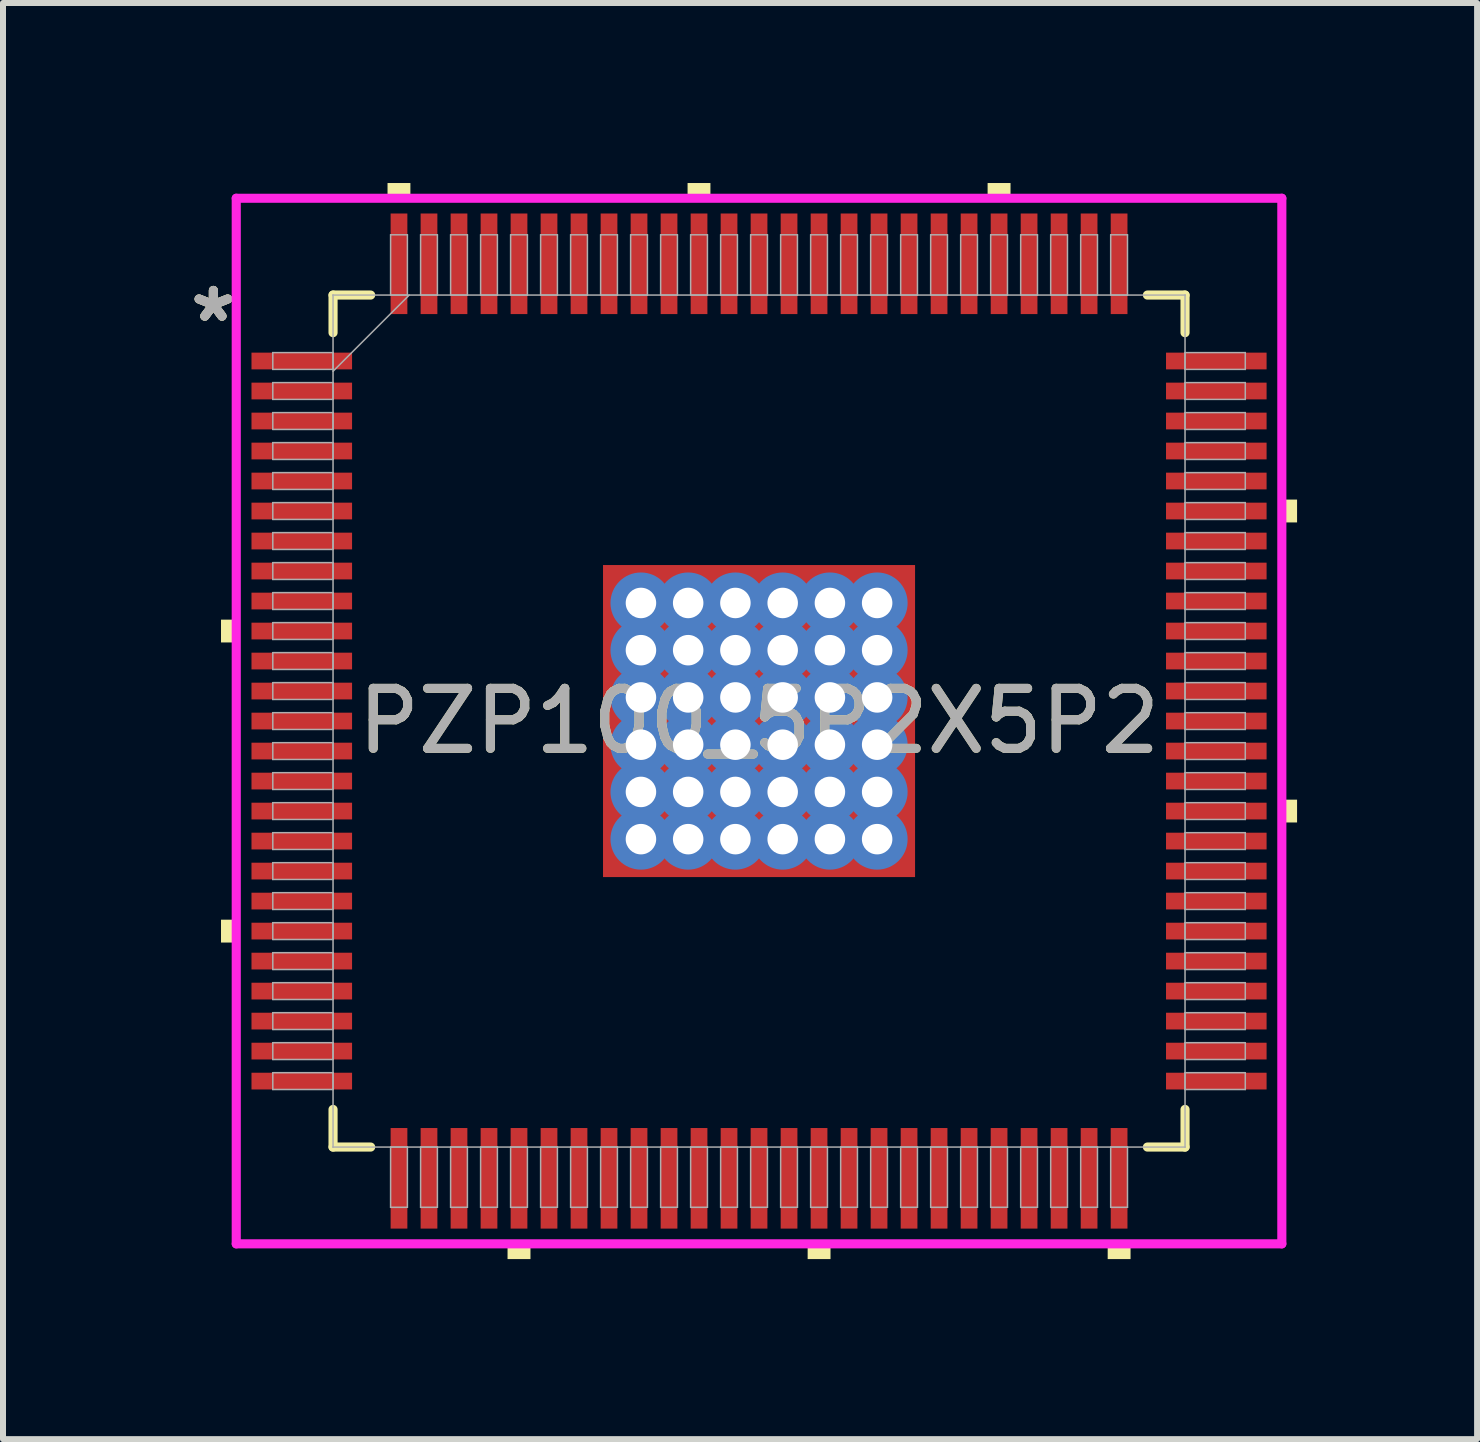
<source format=kicad_pcb>
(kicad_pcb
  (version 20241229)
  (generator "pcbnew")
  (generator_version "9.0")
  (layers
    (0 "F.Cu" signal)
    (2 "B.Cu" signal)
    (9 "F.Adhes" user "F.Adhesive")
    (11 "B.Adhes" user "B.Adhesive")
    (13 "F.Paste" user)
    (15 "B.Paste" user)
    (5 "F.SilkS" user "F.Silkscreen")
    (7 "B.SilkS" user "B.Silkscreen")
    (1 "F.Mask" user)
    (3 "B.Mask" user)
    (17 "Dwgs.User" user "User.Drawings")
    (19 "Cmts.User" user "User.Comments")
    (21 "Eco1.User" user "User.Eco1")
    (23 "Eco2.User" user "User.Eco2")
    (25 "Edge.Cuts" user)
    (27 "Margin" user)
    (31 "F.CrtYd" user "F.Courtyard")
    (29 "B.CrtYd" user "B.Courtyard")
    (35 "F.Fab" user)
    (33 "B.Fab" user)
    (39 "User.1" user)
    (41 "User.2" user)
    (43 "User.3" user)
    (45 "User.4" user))
  (footprint "PZP100_5P2X5P2"
    (layer "F.Cu")
    (at 9.599 8.966)
    (property "Reference" "PZP100_5P2X5P2" (at 0 0 0) (unlocked yes) (layer "F.SilkS") (effects (font (size 1 1) (thickness 0.15))))
    (attr smd)
    (fp_poly (pts (xy -2.663 -2.663) (xy -2.168 -2.663) (xy -2.168 2.663) (xy -2.663 2.663)) (stroke (width 0) (type solid)) (fill yes) (layer "F.Mask"))
    (fp_poly (pts (xy -2.663 -2.663) (xy 2.663 -2.663) (xy 2.663 -2.168) (xy -2.663 -2.168)) (stroke (width 0) (type solid)) (fill yes) (layer "F.Mask"))
    (fp_poly (pts (xy -2.663 -1.768) (xy 2.663 -1.768) (xy 2.663 -1.381) (xy -2.663 -1.381)) (stroke (width 0) (type solid)) (fill yes) (layer "F.Mask"))
    (fp_poly (pts (xy -2.663 -0.981) (xy 2.663 -0.981) (xy 2.663 -0.594) (xy -2.663 -0.594)) (stroke (width 0) (type solid)) (fill yes) (layer "F.Mask"))
    (fp_poly (pts (xy -2.663 -0.194) (xy 2.663 -0.194) (xy 2.663 0.194) (xy -2.663 0.194)) (stroke (width 0) (type solid)) (fill yes) (layer "F.Mask"))
    (fp_poly (pts (xy -2.663 0.594) (xy 2.663 0.594) (xy 2.663 0.981) (xy -2.663 0.981)) (stroke (width 0) (type solid)) (fill yes) (layer "F.Mask"))
    (fp_poly (pts (xy -2.663 1.381) (xy 2.663 1.381) (xy 2.663 1.768) (xy -2.663 1.768)) (stroke (width 0) (type solid)) (fill yes) (layer "F.Mask"))
    (fp_poly (pts (xy -2.663 2.168) (xy 2.663 2.168) (xy 2.663 2.663) (xy -2.663 2.663)) (stroke (width 0) (type solid)) (fill yes) (layer "F.Mask"))
    (fp_poly (pts (xy -1.381 -2.663) (xy -1.768 -2.663) (xy -1.768 2.663) (xy -1.381 2.663)) (stroke (width 0) (type solid)) (fill yes) (layer "F.Mask"))
    (fp_poly (pts (xy -0.594 -2.663) (xy -0.981 -2.663) (xy -0.981 2.663) (xy -0.594 2.663)) (stroke (width 0) (type solid)) (fill yes) (layer "F.Mask"))
    (fp_poly (pts (xy 0.194 -2.663) (xy -0.194 -2.663) (xy -0.194 2.663) (xy 0.194 2.663)) (stroke (width 0) (type solid)) (fill yes) (layer "F.Mask"))
    (fp_poly (pts (xy 0.981 -2.663) (xy 0.594 -2.663) (xy 0.594 2.663) (xy 0.981 2.663)) (stroke (width 0) (type solid)) (fill yes) (layer "F.Mask"))
    (fp_poly (pts (xy 1.768 -2.663) (xy 1.381 -2.663) (xy 1.381 2.663) (xy 1.768 2.663)) (stroke (width 0) (type solid)) (fill yes) (layer "F.Mask"))
    (fp_poly (pts (xy 2.168 -2.663) (xy 2.663 -2.663) (xy 2.663 2.663) (xy 2.168 2.663)) (stroke (width 0) (type solid)) (fill yes) (layer "F.Mask"))
    (fp_line (start -7.099 -7.099) (end -7.099 -6.472) (stroke (width 0.152) (type solid)) (layer "F.SilkS"))
    (fp_line (start -7.099 6.472) (end -7.099 7.099) (stroke (width 0.152) (type solid)) (layer "F.SilkS"))
    (fp_line (start -7.099 7.099) (end -6.472 7.099) (stroke (width 0.152) (type solid)) (layer "F.SilkS"))
    (fp_line (start -6.472 -7.099) (end -7.099 -7.099) (stroke (width 0.152) (type solid)) (layer "F.SilkS"))
    (fp_line (start 6.472 7.099) (end 7.099 7.099) (stroke (width 0.152) (type solid)) (layer "F.SilkS"))
    (fp_line (start 7.099 -7.099) (end 6.472 -7.099) (stroke (width 0.152) (type solid)) (layer "F.SilkS"))
    (fp_line (start 7.099 -6.472) (end 7.099 -7.099) (stroke (width 0.152) (type solid)) (layer "F.SilkS"))
    (fp_line (start 7.099 7.099) (end 7.099 6.472) (stroke (width 0.152) (type solid)) (layer "F.SilkS"))
    (fp_poly (pts (xy -8.966 -1.69) (xy -8.966 -1.31) (xy -8.712 -1.31) (xy -8.712 -1.69)) (stroke (width 0) (type solid)) (fill yes) (layer "F.SilkS"))
    (fp_poly (pts (xy -8.966 3.31) (xy -8.966 3.691) (xy -8.712 3.691) (xy -8.712 3.31)) (stroke (width 0) (type solid)) (fill yes) (layer "F.SilkS"))
    (fp_poly (pts (xy -6.191 -8.712) (xy -6.191 -8.966) (xy -5.81 -8.966) (xy -5.81 -8.712)) (stroke (width 0) (type solid)) (fill yes) (layer "F.SilkS"))
    (fp_poly (pts (xy -4.191 8.712) (xy -4.191 8.966) (xy -3.809 8.966) (xy -3.809 8.712)) (stroke (width 0) (type solid)) (fill yes) (layer "F.SilkS"))
    (fp_poly (pts (xy -1.191 -8.712) (xy -1.191 -8.966) (xy -0.81 -8.966) (xy -0.81 -8.712)) (stroke (width 0) (type solid)) (fill yes) (layer "F.SilkS"))
    (fp_poly (pts (xy 0.81 8.712) (xy 0.81 8.966) (xy 1.191 8.966) (xy 1.191 8.712)) (stroke (width 0) (type solid)) (fill yes) (layer "F.SilkS"))
    (fp_poly (pts (xy 3.809 -8.712) (xy 3.809 -8.966) (xy 4.191 -8.966) (xy 4.191 -8.712)) (stroke (width 0) (type solid)) (fill yes) (layer "F.SilkS"))
    (fp_poly (pts (xy 5.81 8.712) (xy 5.81 8.966) (xy 6.191 8.966) (xy 6.191 8.712)) (stroke (width 0) (type solid)) (fill yes) (layer "F.SilkS"))
    (fp_poly (pts (xy 8.966 -3.691) (xy 8.966 -3.31) (xy 8.712 -3.31) (xy 8.712 -3.691)) (stroke (width 0) (type solid)) (fill yes) (layer "F.SilkS"))
    (fp_poly (pts (xy 8.966 1.31) (xy 8.966 1.69) (xy 8.712 1.69) (xy 8.712 1.31)) (stroke (width 0) (type solid)) (fill yes) (layer "F.SilkS"))
    (fp_poly (pts (xy -2.525 -2.525) (xy -2.525 -2.068) (xy -2.21 -2.068) (xy -2.068 -2.21) (xy -2.068 -2.525)) (stroke (width 0) (type solid)) (fill yes) (layer "F.Paste"))
    (fp_poly (pts (xy -2.525 2.068) (xy -2.525 2.525) (xy -2.068 2.525) (xy -2.068 2.21) (xy -2.21 2.068)) (stroke (width 0) (type solid)) (fill yes) (layer "F.Paste"))
    (fp_poly (pts (xy 2.068 -2.525) (xy 2.068 -2.21) (xy 2.21 -2.068) (xy 2.525 -2.068) (xy 2.525 -2.525)) (stroke (width 0) (type solid)) (fill yes) (layer "F.Paste"))
    (fp_poly (pts (xy 2.21 2.068) (xy 2.068 2.21) (xy 2.068 2.525) (xy 2.525 2.525) (xy 2.525 2.068)) (stroke (width 0) (type solid)) (fill yes) (layer "F.Paste"))
    (fp_poly (pts (xy -2.525 -1.869) (xy -2.525 -1.281) (xy -2.21 -1.281) (xy -2.068 -1.423) (xy -2.068 -1.727) (xy -2.21 -1.869)) (stroke (width 0) (type solid)) (fill yes) (layer "F.Paste"))
    (fp_poly (pts (xy -2.525 -1.081) (xy -2.525 -0.494) (xy -2.21 -0.494) (xy -2.068 -0.635) (xy -2.068 -0.94) (xy -2.21 -1.081)) (stroke (width 0) (type solid)) (fill yes) (layer "F.Paste"))
    (fp_poly (pts (xy -2.525 -0.294) (xy -2.525 0.294) (xy -2.21 0.294) (xy -2.068 0.152) (xy -2.068 -0.152) (xy -2.21 -0.294)) (stroke (width 0) (type solid)) (fill yes) (layer "F.Paste"))
    (fp_poly (pts (xy -2.525 0.494) (xy -2.525 1.081) (xy -2.21 1.081) (xy -2.068 0.94) (xy -2.068 0.635) (xy -2.21 0.494)) (stroke (width 0) (type solid)) (fill yes) (layer "F.Paste"))
    (fp_poly (pts (xy -2.525 1.281) (xy -2.525 1.869) (xy -2.21 1.869) (xy -2.068 1.727) (xy -2.068 1.423) (xy -2.21 1.281)) (stroke (width 0) (type solid)) (fill yes) (layer "F.Paste"))
    (fp_poly (pts (xy -1.869 -2.525) (xy -1.869 -2.21) (xy -1.727 -2.068) (xy -1.423 -2.068) (xy -1.281 -2.21) (xy -1.281 -2.525)) (stroke (width 0) (type solid)) (fill yes) (layer "F.Paste"))
    (fp_poly (pts (xy -1.727 2.068) (xy -1.869 2.21) (xy -1.869 2.525) (xy -1.281 2.525) (xy -1.281 2.21) (xy -1.423 2.068)) (stroke (width 0) (type solid)) (fill yes) (layer "F.Paste"))
    (fp_poly (pts (xy -1.081 -2.525) (xy -1.081 -2.21) (xy -0.94 -2.068) (xy -0.635 -2.068) (xy -0.494 -2.21) (xy -0.494 -2.525)) (stroke (width 0) (type solid)) (fill yes) (layer "F.Paste"))
    (fp_poly (pts (xy -0.94 2.068) (xy -1.081 2.21) (xy -1.081 2.525) (xy -0.494 2.525) (xy -0.494 2.21) (xy -0.635 2.068)) (stroke (width 0) (type solid)) (fill yes) (layer "F.Paste"))
    (fp_poly (pts (xy -0.294 -2.525) (xy -0.294 -2.21) (xy -0.152 -2.068) (xy 0.152 -2.068) (xy 0.294 -2.21) (xy 0.294 -2.525)) (stroke (width 0) (type solid)) (fill yes) (layer "F.Paste"))
    (fp_poly (pts (xy -0.152 2.068) (xy -0.294 2.21) (xy -0.294 2.525) (xy 0.294 2.525) (xy 0.294 2.21) (xy 0.152 2.068)) (stroke (width 0) (type solid)) (fill yes) (layer "F.Paste"))
    (fp_poly (pts (xy 0.494 -2.525) (xy 0.494 -2.21) (xy 0.635 -2.068) (xy 0.94 -2.068) (xy 1.081 -2.21) (xy 1.081 -2.525)) (stroke (width 0) (type solid)) (fill yes) (layer "F.Paste"))
    (fp_poly (pts (xy 0.635 2.068) (xy 0.494 2.21) (xy 0.494 2.525) (xy 1.081 2.525) (xy 1.081 2.21) (xy 0.94 2.068)) (stroke (width 0) (type solid)) (fill yes) (layer "F.Paste"))
    (fp_poly (pts (xy 1.281 -2.525) (xy 1.281 -2.21) (xy 1.423 -2.068) (xy 1.727 -2.068) (xy 1.869 -2.21) (xy 1.869 -2.525)) (stroke (width 0) (type solid)) (fill yes) (layer "F.Paste"))
    (fp_poly (pts (xy 1.423 2.068) (xy 1.281 2.21) (xy 1.281 2.525) (xy 1.869 2.525) (xy 1.869 2.21) (xy 1.727 2.068)) (stroke (width 0) (type solid)) (fill yes) (layer "F.Paste"))
    (fp_poly (pts (xy 2.21 -1.869) (xy 2.068 -1.727) (xy 2.068 -1.423) (xy 2.21 -1.281) (xy 2.525 -1.281) (xy 2.525 -1.869)) (stroke (width 0) (type solid)) (fill yes) (layer "F.Paste"))
    (fp_poly (pts (xy 2.21 -1.081) (xy 2.068 -0.94) (xy 2.068 -0.635) (xy 2.21 -0.494) (xy 2.525 -0.494) (xy 2.525 -1.081)) (stroke (width 0) (type solid)) (fill yes) (layer "F.Paste"))
    (fp_poly (pts (xy 2.21 -0.294) (xy 2.068 -0.152) (xy 2.068 0.152) (xy 2.21 0.294) (xy 2.525 0.294) (xy 2.525 -0.294)) (stroke (width 0) (type solid)) (fill yes) (layer "F.Paste"))
    (fp_poly (pts (xy 2.21 0.494) (xy 2.068 0.635) (xy 2.068 0.94) (xy 2.21 1.081) (xy 2.525 1.081) (xy 2.525 0.494)) (stroke (width 0) (type solid)) (fill yes) (layer "F.Paste"))
    (fp_poly (pts (xy 2.21 1.281) (xy 2.068 1.423) (xy 2.068 1.727) (xy 2.21 1.869) (xy 2.525 1.869) (xy 2.525 1.281)) (stroke (width 0) (type solid)) (fill yes) (layer "F.Paste"))
    (fp_poly (pts (xy -1.727 -1.869) (xy -1.869 -1.727) (xy -1.869 -1.423) (xy -1.727 -1.281) (xy -1.423 -1.281) (xy -1.281 -1.423) (xy -1.281 -1.727) (xy -1.423 -1.869)) (stroke (width 0) (type solid)) (fill yes) (layer "F.Paste"))
    (fp_poly (pts (xy -1.727 -1.081) (xy -1.869 -0.94) (xy -1.869 -0.635) (xy -1.727 -0.494) (xy -1.423 -0.494) (xy -1.281 -0.635) (xy -1.281 -0.94) (xy -1.423 -1.081)) (stroke (width 0) (type solid)) (fill yes) (layer "F.Paste"))
    (fp_poly (pts (xy -1.727 -0.294) (xy -1.869 -0.152) (xy -1.869 0.152) (xy -1.727 0.294) (xy -1.423 0.294) (xy -1.281 0.152) (xy -1.281 -0.152) (xy -1.423 -0.294)) (stroke (width 0) (type solid)) (fill yes) (layer "F.Paste"))
    (fp_poly (pts (xy -1.727 0.494) (xy -1.869 0.635) (xy -1.869 0.94) (xy -1.727 1.081) (xy -1.423 1.081) (xy -1.281 0.94) (xy -1.281 0.635) (xy -1.423 0.494)) (stroke (width 0) (type solid)) (fill yes) (layer "F.Paste"))
    (fp_poly (pts (xy -1.727 1.281) (xy -1.869 1.423) (xy -1.869 1.727) (xy -1.727 1.869) (xy -1.423 1.869) (xy -1.281 1.727) (xy -1.281 1.423) (xy -1.423 1.281)) (stroke (width 0) (type solid)) (fill yes) (layer "F.Paste"))
    (fp_poly (pts (xy -0.94 -1.869) (xy -1.081 -1.727) (xy -1.081 -1.423) (xy -0.94 -1.281) (xy -0.635 -1.281) (xy -0.494 -1.423) (xy -0.494 -1.727) (xy -0.635 -1.869)) (stroke (width 0) (type solid)) (fill yes) (layer "F.Paste"))
    (fp_poly (pts (xy -0.94 -1.081) (xy -1.081 -0.94) (xy -1.081 -0.635) (xy -0.94 -0.494) (xy -0.635 -0.494) (xy -0.494 -0.635) (xy -0.494 -0.94) (xy -0.635 -1.081)) (stroke (width 0) (type solid)) (fill yes) (layer "F.Paste"))
    (fp_poly (pts (xy -0.94 -0.294) (xy -1.081 -0.152) (xy -1.081 0.152) (xy -0.94 0.294) (xy -0.635 0.294) (xy -0.494 0.152) (xy -0.494 -0.152) (xy -0.635 -0.294)) (stroke (width 0) (type solid)) (fill yes) (layer "F.Paste"))
    (fp_poly (pts (xy -0.94 0.494) (xy -1.081 0.635) (xy -1.081 0.94) (xy -0.94 1.081) (xy -0.635 1.081) (xy -0.494 0.94) (xy -0.494 0.635) (xy -0.635 0.494)) (stroke (width 0) (type solid)) (fill yes) (layer "F.Paste"))
    (fp_poly (pts (xy -0.94 1.281) (xy -1.081 1.423) (xy -1.081 1.727) (xy -0.94 1.869) (xy -0.635 1.869) (xy -0.494 1.727) (xy -0.494 1.423) (xy -0.635 1.281)) (stroke (width 0) (type solid)) (fill yes) (layer "F.Paste"))
    (fp_poly (pts (xy -0.152 -1.869) (xy -0.294 -1.727) (xy -0.294 -1.423) (xy -0.152 -1.281) (xy 0.152 -1.281) (xy 0.294 -1.423) (xy 0.294 -1.727) (xy 0.152 -1.869)) (stroke (width 0) (type solid)) (fill yes) (layer "F.Paste"))
    (fp_poly (pts (xy -0.152 -1.081) (xy -0.294 -0.94) (xy -0.294 -0.635) (xy -0.152 -0.494) (xy 0.152 -0.494) (xy 0.294 -0.635) (xy 0.294 -0.94) (xy 0.152 -1.081)) (stroke (width 0) (type solid)) (fill yes) (layer "F.Paste"))
    (fp_poly (pts (xy -0.152 -0.294) (xy -0.294 -0.152) (xy -0.294 0.152) (xy -0.152 0.294) (xy 0.152 0.294) (xy 0.294 0.152) (xy 0.294 -0.152) (xy 0.152 -0.294)) (stroke (width 0) (type solid)) (fill yes) (layer "F.Paste"))
    (fp_poly (pts (xy -0.152 0.494) (xy -0.294 0.635) (xy -0.294 0.94) (xy -0.152 1.081) (xy 0.152 1.081) (xy 0.294 0.94) (xy 0.294 0.635) (xy 0.152 0.494)) (stroke (width 0) (type solid)) (fill yes) (layer "F.Paste"))
    (fp_poly (pts (xy -0.152 1.281) (xy -0.294 1.423) (xy -0.294 1.727) (xy -0.152 1.869) (xy 0.152 1.869) (xy 0.294 1.727) (xy 0.294 1.423) (xy 0.152 1.281)) (stroke (width 0) (type solid)) (fill yes) (layer "F.Paste"))
    (fp_poly (pts (xy 0.635 -1.869) (xy 0.494 -1.727) (xy 0.494 -1.423) (xy 0.635 -1.281) (xy 0.94 -1.281) (xy 1.081 -1.423) (xy 1.081 -1.727) (xy 0.94 -1.869)) (stroke (width 0) (type solid)) (fill yes) (layer "F.Paste"))
    (fp_poly (pts (xy 0.635 -1.081) (xy 0.494 -0.94) (xy 0.494 -0.635) (xy 0.635 -0.494) (xy 0.94 -0.494) (xy 1.081 -0.635) (xy 1.081 -0.94) (xy 0.94 -1.081)) (stroke (width 0) (type solid)) (fill yes) (layer "F.Paste"))
    (fp_poly (pts (xy 0.635 -0.294) (xy 0.494 -0.152) (xy 0.494 0.152) (xy 0.635 0.294) (xy 0.94 0.294) (xy 1.081 0.152) (xy 1.081 -0.152) (xy 0.94 -0.294)) (stroke (width 0) (type solid)) (fill yes) (layer "F.Paste"))
    (fp_poly (pts (xy 0.635 0.494) (xy 0.494 0.635) (xy 0.494 0.94) (xy 0.635 1.081) (xy 0.94 1.081) (xy 1.081 0.94) (xy 1.081 0.635) (xy 0.94 0.494)) (stroke (width 0) (type solid)) (fill yes) (layer "F.Paste"))
    (fp_poly (pts (xy 0.635 1.281) (xy 0.494 1.423) (xy 0.494 1.727) (xy 0.635 1.869) (xy 0.94 1.869) (xy 1.081 1.727) (xy 1.081 1.423) (xy 0.94 1.281)) (stroke (width 0) (type solid)) (fill yes) (layer "F.Paste"))
    (fp_poly (pts (xy 1.423 -1.869) (xy 1.281 -1.727) (xy 1.281 -1.423) (xy 1.423 -1.281) (xy 1.727 -1.281) (xy 1.869 -1.423) (xy 1.869 -1.727) (xy 1.727 -1.869)) (stroke (width 0) (type solid)) (fill yes) (layer "F.Paste"))
    (fp_poly (pts (xy 1.423 -1.081) (xy 1.281 -0.94) (xy 1.281 -0.635) (xy 1.423 -0.494) (xy 1.727 -0.494) (xy 1.869 -0.635) (xy 1.869 -0.94) (xy 1.727 -1.081)) (stroke (width 0) (type solid)) (fill yes) (layer "F.Paste"))
    (fp_poly (pts (xy 1.423 -0.294) (xy 1.281 -0.152) (xy 1.281 0.152) (xy 1.423 0.294) (xy 1.727 0.294) (xy 1.869 0.152) (xy 1.869 -0.152) (xy 1.727 -0.294)) (stroke (width 0) (type solid)) (fill yes) (layer "F.Paste"))
    (fp_poly (pts (xy 1.423 0.494) (xy 1.281 0.635) (xy 1.281 0.94) (xy 1.423 1.081) (xy 1.727 1.081) (xy 1.869 0.94) (xy 1.869 0.635) (xy 1.727 0.494)) (stroke (width 0) (type solid)) (fill yes) (layer "F.Paste"))
    (fp_poly (pts (xy 1.423 1.281) (xy 1.281 1.423) (xy 1.281 1.727) (xy 1.423 1.869) (xy 1.727 1.869) (xy 1.869 1.727) (xy 1.869 1.423) (xy 1.727 1.281)) (stroke (width 0) (type solid)) (fill yes) (layer "F.Paste"))
    (fp_line (start -8.712 -8.712) (end 8.712 -8.712) (stroke (width 0.152) (type solid)) (layer "F.CrtYd"))
    (fp_line (start -8.712 8.712) (end -8.712 -8.712) (stroke (width 0.152) (type solid)) (layer "F.CrtYd"))
    (fp_line (start 8.712 -8.712) (end 8.712 8.712) (stroke (width 0.152) (type solid)) (layer "F.CrtYd"))
    (fp_line (start 8.712 8.712) (end -8.712 8.712) (stroke (width 0.152) (type solid)) (layer "F.CrtYd"))
    (fp_line (start -8.103 -6.14) (end -8.103 -5.86) (stroke (width 0.025) (type solid)) (layer "F.Fab"))
    (fp_line (start -8.103 -5.86) (end -7.099 -5.86) (stroke (width 0.025) (type solid)) (layer "F.Fab"))
    (fp_line (start -8.103 -5.64) (end -8.103 -5.36) (stroke (width 0.025) (type solid)) (layer "F.Fab"))
    (fp_line (start -8.103 -5.36) (end -7.099 -5.36) (stroke (width 0.025) (type solid)) (layer "F.Fab"))
    (fp_line (start -8.103 -5.14) (end -8.103 -4.86) (stroke (width 0.025) (type solid)) (layer "F.Fab"))
    (fp_line (start -8.103 -4.86) (end -7.099 -4.86) (stroke (width 0.025) (type solid)) (layer "F.Fab"))
    (fp_line (start -8.103 -4.64) (end -8.103 -4.36) (stroke (width 0.025) (type solid)) (layer "F.Fab"))
    (fp_line (start -8.103 -4.36) (end -7.099 -4.36) (stroke (width 0.025) (type solid)) (layer "F.Fab"))
    (fp_line (start -8.103 -4.14) (end -8.103 -3.86) (stroke (width 0.025) (type solid)) (layer "F.Fab"))
    (fp_line (start -8.103 -3.86) (end -7.099 -3.86) (stroke (width 0.025) (type solid)) (layer "F.Fab"))
    (fp_line (start -8.103 -3.64) (end -8.103 -3.36) (stroke (width 0.025) (type solid)) (layer "F.Fab"))
    (fp_line (start -8.103 -3.36) (end -7.099 -3.36) (stroke (width 0.025) (type solid)) (layer "F.Fab"))
    (fp_line (start -8.103 -3.14) (end -8.103 -2.86) (stroke (width 0.025) (type solid)) (layer "F.Fab"))
    (fp_line (start -8.103 -2.86) (end -7.099 -2.86) (stroke (width 0.025) (type solid)) (layer "F.Fab"))
    (fp_line (start -8.103 -2.64) (end -8.103 -2.36) (stroke (width 0.025) (type solid)) (layer "F.Fab"))
    (fp_line (start -8.103 -2.36) (end -7.099 -2.36) (stroke (width 0.025) (type solid)) (layer "F.Fab"))
    (fp_line (start -8.103 -2.14) (end -8.103 -1.86) (stroke (width 0.025) (type solid)) (layer "F.Fab"))
    (fp_line (start -8.103 -1.86) (end -7.099 -1.86) (stroke (width 0.025) (type solid)) (layer "F.Fab"))
    (fp_line (start -8.103 -1.64) (end -8.103 -1.36) (stroke (width 0.025) (type solid)) (layer "F.Fab"))
    (fp_line (start -8.103 -1.36) (end -7.099 -1.36) (stroke (width 0.025) (type solid)) (layer "F.Fab"))
    (fp_line (start -8.103 -1.14) (end -8.103 -0.86) (stroke (width 0.025) (type solid)) (layer "F.Fab"))
    (fp_line (start -8.103 -0.86) (end -7.099 -0.86) (stroke (width 0.025) (type solid)) (layer "F.Fab"))
    (fp_line (start -8.103 -0.64) (end -8.103 -0.36) (stroke (width 0.025) (type solid)) (layer "F.Fab"))
    (fp_line (start -8.103 -0.36) (end -7.099 -0.36) (stroke (width 0.025) (type solid)) (layer "F.Fab"))
    (fp_line (start -8.103 -0.14) (end -8.103 0.14) (stroke (width 0.025) (type solid)) (layer "F.Fab"))
    (fp_line (start -8.103 0.14) (end -7.099 0.14) (stroke (width 0.025) (type solid)) (layer "F.Fab"))
    (fp_line (start -8.103 0.36) (end -8.103 0.64) (stroke (width 0.025) (type solid)) (layer "F.Fab"))
    (fp_line (start -8.103 0.64) (end -7.099 0.64) (stroke (width 0.025) (type solid)) (layer "F.Fab"))
    (fp_line (start -8.103 0.86) (end -8.103 1.14) (stroke (width 0.025) (type solid)) (layer "F.Fab"))
    (fp_line (start -8.103 1.14) (end -7.099 1.14) (stroke (width 0.025) (type solid)) (layer "F.Fab"))
    (fp_line (start -8.103 1.36) (end -8.103 1.64) (stroke (width 0.025) (type solid)) (layer "F.Fab"))
    (fp_line (start -8.103 1.64) (end -7.099 1.64) (stroke (width 0.025) (type solid)) (layer "F.Fab"))
    (fp_line (start -8.103 1.86) (end -8.103 2.14) (stroke (width 0.025) (type solid)) (layer "F.Fab"))
    (fp_line (start -8.103 2.14) (end -7.099 2.14) (stroke (width 0.025) (type solid)) (layer "F.Fab"))
    (fp_line (start -8.103 2.36) (end -8.103 2.64) (stroke (width 0.025) (type solid)) (layer "F.Fab"))
    (fp_line (start -8.103 2.64) (end -7.099 2.64) (stroke (width 0.025) (type solid)) (layer "F.Fab"))
    (fp_line (start -8.103 2.86) (end -8.103 3.14) (stroke (width 0.025) (type solid)) (layer "F.Fab"))
    (fp_line (start -8.103 3.14) (end -7.099 3.14) (stroke (width 0.025) (type solid)) (layer "F.Fab"))
    (fp_line (start -8.103 3.36) (end -8.103 3.64) (stroke (width 0.025) (type solid)) (layer "F.Fab"))
    (fp_line (start -8.103 3.64) (end -7.099 3.64) (stroke (width 0.025) (type solid)) (layer "F.Fab"))
    (fp_line (start -8.103 3.86) (end -8.103 4.14) (stroke (width 0.025) (type solid)) (layer "F.Fab"))
    (fp_line (start -8.103 4.14) (end -7.099 4.14) (stroke (width 0.025) (type solid)) (layer "F.Fab"))
    (fp_line (start -8.103 4.36) (end -8.103 4.64) (stroke (width 0.025) (type solid)) (layer "F.Fab"))
    (fp_line (start -8.103 4.64) (end -7.099 4.64) (stroke (width 0.025) (type solid)) (layer "F.Fab"))
    (fp_line (start -8.103 4.86) (end -8.103 5.14) (stroke (width 0.025) (type solid)) (layer "F.Fab"))
    (fp_line (start -8.103 5.14) (end -7.099 5.14) (stroke (width 0.025) (type solid)) (layer "F.Fab"))
    (fp_line (start -8.103 5.36) (end -8.103 5.64) (stroke (width 0.025) (type solid)) (layer "F.Fab"))
    (fp_line (start -8.103 5.64) (end -7.099 5.64) (stroke (width 0.025) (type solid)) (layer "F.Fab"))
    (fp_line (start -8.103 5.86) (end -8.103 6.14) (stroke (width 0.025) (type solid)) (layer "F.Fab"))
    (fp_line (start -8.103 6.14) (end -7.099 6.14) (stroke (width 0.025) (type solid)) (layer "F.Fab"))
    (fp_line (start -7.099 -7.099) (end -7.099 -7.099) (stroke (width 0.025) (type solid)) (layer "F.Fab"))
    (fp_line (start -7.099 -7.099) (end -7.099 7.099) (stroke (width 0.025) (type solid)) (layer "F.Fab"))
    (fp_line (start -7.099 -6.14) (end -8.103 -6.14) (stroke (width 0.025) (type solid)) (layer "F.Fab"))
    (fp_line (start -7.099 -5.86) (end -7.099 -6.14) (stroke (width 0.025) (type solid)) (layer "F.Fab"))
    (fp_line (start -7.099 -5.829) (end -5.829 -7.099) (stroke (width 0.025) (type solid)) (layer "F.Fab"))
    (fp_line (start -7.099 -5.64) (end -8.103 -5.64) (stroke (width 0.025) (type solid)) (layer "F.Fab"))
    (fp_line (start -7.099 -5.36) (end -7.099 -5.64) (stroke (width 0.025) (type solid)) (layer "F.Fab"))
    (fp_line (start -7.099 -5.14) (end -8.103 -5.14) (stroke (width 0.025) (type solid)) (layer "F.Fab"))
    (fp_line (start -7.099 -4.86) (end -7.099 -5.14) (stroke (width 0.025) (type solid)) (layer "F.Fab"))
    (fp_line (start -7.099 -4.64) (end -8.103 -4.64) (stroke (width 0.025) (type solid)) (layer "F.Fab"))
    (fp_line (start -7.099 -4.36) (end -7.099 -4.64) (stroke (width 0.025) (type solid)) (layer "F.Fab"))
    (fp_line (start -7.099 -4.14) (end -8.103 -4.14) (stroke (width 0.025) (type solid)) (layer "F.Fab"))
    (fp_line (start -7.099 -3.86) (end -7.099 -4.14) (stroke (width 0.025) (type solid)) (layer "F.Fab"))
    (fp_line (start -7.099 -3.64) (end -8.103 -3.64) (stroke (width 0.025) (type solid)) (layer "F.Fab"))
    (fp_line (start -7.099 -3.36) (end -7.099 -3.64) (stroke (width 0.025) (type solid)) (layer "F.Fab"))
    (fp_line (start -7.099 -3.14) (end -8.103 -3.14) (stroke (width 0.025) (type solid)) (layer "F.Fab"))
    (fp_line (start -7.099 -2.86) (end -7.099 -3.14) (stroke (width 0.025) (type solid)) (layer "F.Fab"))
    (fp_line (start -7.099 -2.64) (end -8.103 -2.64) (stroke (width 0.025) (type solid)) (layer "F.Fab"))
    (fp_line (start -7.099 -2.36) (end -7.099 -2.64) (stroke (width 0.025) (type solid)) (layer "F.Fab"))
    (fp_line (start -7.099 -2.14) (end -8.103 -2.14) (stroke (width 0.025) (type solid)) (layer "F.Fab"))
    (fp_line (start -7.099 -1.86) (end -7.099 -2.14) (stroke (width 0.025) (type solid)) (layer "F.Fab"))
    (fp_line (start -7.099 -1.64) (end -8.103 -1.64) (stroke (width 0.025) (type solid)) (layer "F.Fab"))
    (fp_line (start -7.099 -1.36) (end -7.099 -1.64) (stroke (width 0.025) (type solid)) (layer "F.Fab"))
    (fp_line (start -7.099 -1.14) (end -8.103 -1.14) (stroke (width 0.025) (type solid)) (layer "F.Fab"))
    (fp_line (start -7.099 -0.86) (end -7.099 -1.14) (stroke (width 0.025) (type solid)) (layer "F.Fab"))
    (fp_line (start -7.099 -0.64) (end -8.103 -0.64) (stroke (width 0.025) (type solid)) (layer "F.Fab"))
    (fp_line (start -7.099 -0.36) (end -7.099 -0.64) (stroke (width 0.025) (type solid)) (layer "F.Fab"))
    (fp_line (start -7.099 -0.14) (end -8.103 -0.14) (stroke (width 0.025) (type solid)) (layer "F.Fab"))
    (fp_line (start -7.099 0.14) (end -7.099 -0.14) (stroke (width 0.025) (type solid)) (layer "F.Fab"))
    (fp_line (start -7.099 0.36) (end -8.103 0.36) (stroke (width 0.025) (type solid)) (layer "F.Fab"))
    (fp_line (start -7.099 0.64) (end -7.099 0.36) (stroke (width 0.025) (type solid)) (layer "F.Fab"))
    (fp_line (start -7.099 0.86) (end -8.103 0.86) (stroke (width 0.025) (type solid)) (layer "F.Fab"))
    (fp_line (start -7.099 1.14) (end -7.099 0.86) (stroke (width 0.025) (type solid)) (layer "F.Fab"))
    (fp_line (start -7.099 1.36) (end -8.103 1.36) (stroke (width 0.025) (type solid)) (layer "F.Fab"))
    (fp_line (start -7.099 1.64) (end -7.099 1.36) (stroke (width 0.025) (type solid)) (layer "F.Fab"))
    (fp_line (start -7.099 1.86) (end -8.103 1.86) (stroke (width 0.025) (type solid)) (layer "F.Fab"))
    (fp_line (start -7.099 2.14) (end -7.099 1.86) (stroke (width 0.025) (type solid)) (layer "F.Fab"))
    (fp_line (start -7.099 2.36) (end -8.103 2.36) (stroke (width 0.025) (type solid)) (layer "F.Fab"))
    (fp_line (start -7.099 2.64) (end -7.099 2.36) (stroke (width 0.025) (type solid)) (layer "F.Fab"))
    (fp_line (start -7.099 2.86) (end -8.103 2.86) (stroke (width 0.025) (type solid)) (layer "F.Fab"))
    (fp_line (start -7.099 3.14) (end -7.099 2.86) (stroke (width 0.025) (type solid)) (layer "F.Fab"))
    (fp_line (start -7.099 3.36) (end -8.103 3.36) (stroke (width 0.025) (type solid)) (layer "F.Fab"))
    (fp_line (start -7.099 3.64) (end -7.099 3.36) (stroke (width 0.025) (type solid)) (layer "F.Fab"))
    (fp_line (start -7.099 3.86) (end -8.103 3.86) (stroke (width 0.025) (type solid)) (layer "F.Fab"))
    (fp_line (start -7.099 4.14) (end -7.099 3.86) (stroke (width 0.025) (type solid)) (layer "F.Fab"))
    (fp_line (start -7.099 4.36) (end -8.103 4.36) (stroke (width 0.025) (type solid)) (layer "F.Fab"))
    (fp_line (start -7.099 4.64) (end -7.099 4.36) (stroke (width 0.025) (type solid)) (layer "F.Fab"))
    (fp_line (start -7.099 4.86) (end -8.103 4.86) (stroke (width 0.025) (type solid)) (layer "F.Fab"))
    (fp_line (start -7.099 5.14) (end -7.099 4.86) (stroke (width 0.025) (type solid)) (layer "F.Fab"))
    (fp_line (start -7.099 5.36) (end -8.103 5.36) (stroke (width 0.025) (type solid)) (layer "F.Fab"))
    (fp_line (start -7.099 5.64) (end -7.099 5.36) (stroke (width 0.025) (type solid)) (layer "F.Fab"))
    (fp_line (start -7.099 5.86) (end -8.103 5.86) (stroke (width 0.025) (type solid)) (layer "F.Fab"))
    (fp_line (start -7.099 6.14) (end -7.099 5.86) (stroke (width 0.025) (type solid)) (layer "F.Fab"))
    (fp_line (start -7.099 7.099) (end -7.099 7.099) (stroke (width 0.025) (type solid)) (layer "F.Fab"))
    (fp_line (start -7.099 7.099) (end 7.099 7.099) (stroke (width 0.025) (type solid)) (layer "F.Fab"))
    (fp_line (start -6.14 -8.103) (end -6.14 -7.099) (stroke (width 0.025) (type solid)) (layer "F.Fab"))
    (fp_line (start -6.14 -7.099) (end -5.86 -7.099) (stroke (width 0.025) (type solid)) (layer "F.Fab"))
    (fp_line (start -6.14 7.099) (end -6.14 8.103) (stroke (width 0.025) (type solid)) (layer "F.Fab"))
    (fp_line (start -6.14 8.103) (end -5.86 8.103) (stroke (width 0.025) (type solid)) (layer "F.Fab"))
    (fp_line (start -5.86 -8.103) (end -6.14 -8.103) (stroke (width 0.025) (type solid)) (layer "F.Fab"))
    (fp_line (start -5.86 -7.099) (end -5.86 -8.103) (stroke (width 0.025) (type solid)) (layer "F.Fab"))
    (fp_line (start -5.86 7.099) (end -6.14 7.099) (stroke (width 0.025) (type solid)) (layer "F.Fab"))
    (fp_line (start -5.86 8.103) (end -5.86 7.099) (stroke (width 0.025) (type solid)) (layer "F.Fab"))
    (fp_line (start -5.64 -8.103) (end -5.64 -7.099) (stroke (width 0.025) (type solid)) (layer "F.Fab"))
    (fp_line (start -5.64 -7.099) (end -5.36 -7.099) (stroke (width 0.025) (type solid)) (layer "F.Fab"))
    (fp_line (start -5.64 7.099) (end -5.64 8.103) (stroke (width 0.025) (type solid)) (layer "F.Fab"))
    (fp_line (start -5.64 8.103) (end -5.36 8.103) (stroke (width 0.025) (type solid)) (layer "F.Fab"))
    (fp_line (start -5.36 -8.103) (end -5.64 -8.103) (stroke (width 0.025) (type solid)) (layer "F.Fab"))
    (fp_line (start -5.36 -7.099) (end -5.36 -8.103) (stroke (width 0.025) (type solid)) (layer "F.Fab"))
    (fp_line (start -5.36 7.099) (end -5.64 7.099) (stroke (width 0.025) (type solid)) (layer "F.Fab"))
    (fp_line (start -5.36 8.103) (end -5.36 7.099) (stroke (width 0.025) (type solid)) (layer "F.Fab"))
    (fp_line (start -5.14 -8.103) (end -5.14 -7.099) (stroke (width 0.025) (type solid)) (layer "F.Fab"))
    (fp_line (start -5.14 -7.099) (end -4.86 -7.099) (stroke (width 0.025) (type solid)) (layer "F.Fab"))
    (fp_line (start -5.14 7.099) (end -5.14 8.103) (stroke (width 0.025) (type solid)) (layer "F.Fab"))
    (fp_line (start -5.14 8.103) (end -4.86 8.103) (stroke (width 0.025) (type solid)) (layer "F.Fab"))
    (fp_line (start -4.86 -8.103) (end -5.14 -8.103) (stroke (width 0.025) (type solid)) (layer "F.Fab"))
    (fp_line (start -4.86 -7.099) (end -4.86 -8.103) (stroke (width 0.025) (type solid)) (layer "F.Fab"))
    (fp_line (start -4.86 7.099) (end -5.14 7.099) (stroke (width 0.025) (type solid)) (layer "F.Fab"))
    (fp_line (start -4.86 8.103) (end -4.86 7.099) (stroke (width 0.025) (type solid)) (layer "F.Fab"))
    (fp_line (start -4.64 -8.103) (end -4.64 -7.099) (stroke (width 0.025) (type solid)) (layer "F.Fab"))
    (fp_line (start -4.64 -7.099) (end -4.36 -7.099) (stroke (width 0.025) (type solid)) (layer "F.Fab"))
    (fp_line (start -4.64 7.099) (end -4.64 8.103) (stroke (width 0.025) (type solid)) (layer "F.Fab"))
    (fp_line (start -4.64 8.103) (end -4.36 8.103) (stroke (width 0.025) (type solid)) (layer "F.Fab"))
    (fp_line (start -4.36 -8.103) (end -4.64 -8.103) (stroke (width 0.025) (type solid)) (layer "F.Fab"))
    (fp_line (start -4.36 -7.099) (end -4.36 -8.103) (stroke (width 0.025) (type solid)) (layer "F.Fab"))
    (fp_line (start -4.36 7.099) (end -4.64 7.099) (stroke (width 0.025) (type solid)) (layer "F.Fab"))
    (fp_line (start -4.36 8.103) (end -4.36 7.099) (stroke (width 0.025) (type solid)) (layer "F.Fab"))
    (fp_line (start -4.14 -8.103) (end -4.14 -7.099) (stroke (width 0.025) (type solid)) (layer "F.Fab"))
    (fp_line (start -4.14 -7.099) (end -3.86 -7.099) (stroke (width 0.025) (type solid)) (layer "F.Fab"))
    (fp_line (start -4.14 7.099) (end -4.14 8.103) (stroke (width 0.025) (type solid)) (layer "F.Fab"))
    (fp_line (start -4.14 8.103) (end -3.86 8.103) (stroke (width 0.025) (type solid)) (layer "F.Fab"))
    (fp_line (start -3.86 -8.103) (end -4.14 -8.103) (stroke (width 0.025) (type solid)) (layer "F.Fab"))
    (fp_line (start -3.86 -7.099) (end -3.86 -8.103) (stroke (width 0.025) (type solid)) (layer "F.Fab"))
    (fp_line (start -3.86 7.099) (end -4.14 7.099) (stroke (width 0.025) (type solid)) (layer "F.Fab"))
    (fp_line (start -3.86 8.103) (end -3.86 7.099) (stroke (width 0.025) (type solid)) (layer "F.Fab"))
    (fp_line (start -3.64 -8.103) (end -3.64 -7.099) (stroke (width 0.025) (type solid)) (layer "F.Fab"))
    (fp_line (start -3.64 -7.099) (end -3.36 -7.099) (stroke (width 0.025) (type solid)) (layer "F.Fab"))
    (fp_line (start -3.64 7.099) (end -3.64 8.103) (stroke (width 0.025) (type solid)) (layer "F.Fab"))
    (fp_line (start -3.64 8.103) (end -3.36 8.103) (stroke (width 0.025) (type solid)) (layer "F.Fab"))
    (fp_line (start -3.36 -8.103) (end -3.64 -8.103) (stroke (width 0.025) (type solid)) (layer "F.Fab"))
    (fp_line (start -3.36 -7.099) (end -3.36 -8.103) (stroke (width 0.025) (type solid)) (layer "F.Fab"))
    (fp_line (start -3.36 7.099) (end -3.64 7.099) (stroke (width 0.025) (type solid)) (layer "F.Fab"))
    (fp_line (start -3.36 8.103) (end -3.36 7.099) (stroke (width 0.025) (type solid)) (layer "F.Fab"))
    (fp_line (start -3.14 -8.103) (end -3.14 -7.099) (stroke (width 0.025) (type solid)) (layer "F.Fab"))
    (fp_line (start -3.14 -7.099) (end -2.86 -7.099) (stroke (width 0.025) (type solid)) (layer "F.Fab"))
    (fp_line (start -3.14 7.099) (end -3.14 8.103) (stroke (width 0.025) (type solid)) (layer "F.Fab"))
    (fp_line (start -3.14 8.103) (end -2.86 8.103) (stroke (width 0.025) (type solid)) (layer "F.Fab"))
    (fp_line (start -2.86 -8.103) (end -3.14 -8.103) (stroke (width 0.025) (type solid)) (layer "F.Fab"))
    (fp_line (start -2.86 -7.099) (end -2.86 -8.103) (stroke (width 0.025) (type solid)) (layer "F.Fab"))
    (fp_line (start -2.86 7.099) (end -3.14 7.099) (stroke (width 0.025) (type solid)) (layer "F.Fab"))
    (fp_line (start -2.86 8.103) (end -2.86 7.099) (stroke (width 0.025) (type solid)) (layer "F.Fab"))
    (fp_line (start -2.64 -8.103) (end -2.64 -7.099) (stroke (width 0.025) (type solid)) (layer "F.Fab"))
    (fp_line (start -2.64 -7.099) (end -2.36 -7.099) (stroke (width 0.025) (type solid)) (layer "F.Fab"))
    (fp_line (start -2.64 7.099) (end -2.64 8.103) (stroke (width 0.025) (type solid)) (layer "F.Fab"))
    (fp_line (start -2.64 8.103) (end -2.36 8.103) (stroke (width 0.025) (type solid)) (layer "F.Fab"))
    (fp_line (start -2.36 -8.103) (end -2.64 -8.103) (stroke (width 0.025) (type solid)) (layer "F.Fab"))
    (fp_line (start -2.36 -7.099) (end -2.36 -8.103) (stroke (width 0.025) (type solid)) (layer "F.Fab"))
    (fp_line (start -2.36 7.099) (end -2.64 7.099) (stroke (width 0.025) (type solid)) (layer "F.Fab"))
    (fp_line (start -2.36 8.103) (end -2.36 7.099) (stroke (width 0.025) (type solid)) (layer "F.Fab"))
    (fp_line (start -2.14 -8.103) (end -2.14 -7.099) (stroke (width 0.025) (type solid)) (layer "F.Fab"))
    (fp_line (start -2.14 -7.099) (end -1.86 -7.099) (stroke (width 0.025) (type solid)) (layer "F.Fab"))
    (fp_line (start -2.14 7.099) (end -2.14 8.103) (stroke (width 0.025) (type solid)) (layer "F.Fab"))
    (fp_line (start -2.14 8.103) (end -1.86 8.103) (stroke (width 0.025) (type solid)) (layer "F.Fab"))
    (fp_line (start -1.86 -8.103) (end -2.14 -8.103) (stroke (width 0.025) (type solid)) (layer "F.Fab"))
    (fp_line (start -1.86 -7.099) (end -1.86 -8.103) (stroke (width 0.025) (type solid)) (layer "F.Fab"))
    (fp_line (start -1.86 7.099) (end -2.14 7.099) (stroke (width 0.025) (type solid)) (layer "F.Fab"))
    (fp_line (start -1.86 8.103) (end -1.86 7.099) (stroke (width 0.025) (type solid)) (layer "F.Fab"))
    (fp_line (start -1.64 -8.103) (end -1.64 -7.099) (stroke (width 0.025) (type solid)) (layer "F.Fab"))
    (fp_line (start -1.64 -7.099) (end -1.36 -7.099) (stroke (width 0.025) (type solid)) (layer "F.Fab"))
    (fp_line (start -1.64 7.099) (end -1.64 8.103) (stroke (width 0.025) (type solid)) (layer "F.Fab"))
    (fp_line (start -1.64 8.103) (end -1.36 8.103) (stroke (width 0.025) (type solid)) (layer "F.Fab"))
    (fp_line (start -1.36 -8.103) (end -1.64 -8.103) (stroke (width 0.025) (type solid)) (layer "F.Fab"))
    (fp_line (start -1.36 -7.099) (end -1.36 -8.103) (stroke (width 0.025) (type solid)) (layer "F.Fab"))
    (fp_line (start -1.36 7.099) (end -1.64 7.099) (stroke (width 0.025) (type solid)) (layer "F.Fab"))
    (fp_line (start -1.36 8.103) (end -1.36 7.099) (stroke (width 0.025) (type solid)) (layer "F.Fab"))
    (fp_line (start -1.14 -8.103) (end -1.14 -7.099) (stroke (width 0.025) (type solid)) (layer "F.Fab"))
    (fp_line (start -1.14 -7.099) (end -0.86 -7.099) (stroke (width 0.025) (type solid)) (layer "F.Fab"))
    (fp_line (start -1.14 7.099) (end -1.14 8.103) (stroke (width 0.025) (type solid)) (layer "F.Fab"))
    (fp_line (start -1.14 8.103) (end -0.86 8.103) (stroke (width 0.025) (type solid)) (layer "F.Fab"))
    (fp_line (start -0.86 -8.103) (end -1.14 -8.103) (stroke (width 0.025) (type solid)) (layer "F.Fab"))
    (fp_line (start -0.86 -7.099) (end -0.86 -8.103) (stroke (width 0.025) (type solid)) (layer "F.Fab"))
    (fp_line (start -0.86 7.099) (end -1.14 7.099) (stroke (width 0.025) (type solid)) (layer "F.Fab"))
    (fp_line (start -0.86 8.103) (end -0.86 7.099) (stroke (width 0.025) (type solid)) (layer "F.Fab"))
    (fp_line (start -0.64 -8.103) (end -0.64 -7.099) (stroke (width 0.025) (type solid)) (layer "F.Fab"))
    (fp_line (start -0.64 -7.099) (end -0.36 -7.099) (stroke (width 0.025) (type solid)) (layer "F.Fab"))
    (fp_line (start -0.64 7.099) (end -0.64 8.103) (stroke (width 0.025) (type solid)) (layer "F.Fab"))
    (fp_line (start -0.64 8.103) (end -0.36 8.103) (stroke (width 0.025) (type solid)) (layer "F.Fab"))
    (fp_line (start -0.36 -8.103) (end -0.64 -8.103) (stroke (width 0.025) (type solid)) (layer "F.Fab"))
    (fp_line (start -0.36 -7.099) (end -0.36 -8.103) (stroke (width 0.025) (type solid)) (layer "F.Fab"))
    (fp_line (start -0.36 7.099) (end -0.64 7.099) (stroke (width 0.025) (type solid)) (layer "F.Fab"))
    (fp_line (start -0.36 8.103) (end -0.36 7.099) (stroke (width 0.025) (type solid)) (layer "F.Fab"))
    (fp_line (start -0.14 -8.103) (end -0.14 -7.099) (stroke (width 0.025) (type solid)) (layer "F.Fab"))
    (fp_line (start -0.14 -7.099) (end 0.14 -7.099) (stroke (width 0.025) (type solid)) (layer "F.Fab"))
    (fp_line (start -0.14 7.099) (end -0.14 8.103) (stroke (width 0.025) (type solid)) (layer "F.Fab"))
    (fp_line (start -0.14 8.103) (end 0.14 8.103) (stroke (width 0.025) (type solid)) (layer "F.Fab"))
    (fp_line (start 0.14 -8.103) (end -0.14 -8.103) (stroke (width 0.025) (type solid)) (layer "F.Fab"))
    (fp_line (start 0.14 -7.099) (end 0.14 -8.103) (stroke (width 0.025) (type solid)) (layer "F.Fab"))
    (fp_line (start 0.14 7.099) (end -0.14 7.099) (stroke (width 0.025) (type solid)) (layer "F.Fab"))
    (fp_line (start 0.14 8.103) (end 0.14 7.099) (stroke (width 0.025) (type solid)) (layer "F.Fab"))
    (fp_line (start 0.36 -8.103) (end 0.36 -7.099) (stroke (width 0.025) (type solid)) (layer "F.Fab"))
    (fp_line (start 0.36 -7.099) (end 0.64 -7.099) (stroke (width 0.025) (type solid)) (layer "F.Fab"))
    (fp_line (start 0.36 7.099) (end 0.36 8.103) (stroke (width 0.025) (type solid)) (layer "F.Fab"))
    (fp_line (start 0.36 8.103) (end 0.64 8.103) (stroke (width 0.025) (type solid)) (layer "F.Fab"))
    (fp_line (start 0.64 -8.103) (end 0.36 -8.103) (stroke (width 0.025) (type solid)) (layer "F.Fab"))
    (fp_line (start 0.64 -7.099) (end 0.64 -8.103) (stroke (width 0.025) (type solid)) (layer "F.Fab"))
    (fp_line (start 0.64 7.099) (end 0.36 7.099) (stroke (width 0.025) (type solid)) (layer "F.Fab"))
    (fp_line (start 0.64 8.103) (end 0.64 7.099) (stroke (width 0.025) (type solid)) (layer "F.Fab"))
    (fp_line (start 0.86 -8.103) (end 0.86 -7.099) (stroke (width 0.025) (type solid)) (layer "F.Fab"))
    (fp_line (start 0.86 -7.099) (end 1.14 -7.099) (stroke (width 0.025) (type solid)) (layer "F.Fab"))
    (fp_line (start 0.86 7.099) (end 0.86 8.103) (stroke (width 0.025) (type solid)) (layer "F.Fab"))
    (fp_line (start 0.86 8.103) (end 1.14 8.103) (stroke (width 0.025) (type solid)) (layer "F.Fab"))
    (fp_line (start 1.14 -8.103) (end 0.86 -8.103) (stroke (width 0.025) (type solid)) (layer "F.Fab"))
    (fp_line (start 1.14 -7.099) (end 1.14 -8.103) (stroke (width 0.025) (type solid)) (layer "F.Fab"))
    (fp_line (start 1.14 7.099) (end 0.86 7.099) (stroke (width 0.025) (type solid)) (layer "F.Fab"))
    (fp_line (start 1.14 8.103) (end 1.14 7.099) (stroke (width 0.025) (type solid)) (layer "F.Fab"))
    (fp_line (start 1.36 -8.103) (end 1.36 -7.099) (stroke (width 0.025) (type solid)) (layer "F.Fab"))
    (fp_line (start 1.36 -7.099) (end 1.64 -7.099) (stroke (width 0.025) (type solid)) (layer "F.Fab"))
    (fp_line (start 1.36 7.099) (end 1.36 8.103) (stroke (width 0.025) (type solid)) (layer "F.Fab"))
    (fp_line (start 1.36 8.103) (end 1.64 8.103) (stroke (width 0.025) (type solid)) (layer "F.Fab"))
    (fp_line (start 1.64 -8.103) (end 1.36 -8.103) (stroke (width 0.025) (type solid)) (layer "F.Fab"))
    (fp_line (start 1.64 -7.099) (end 1.64 -8.103) (stroke (width 0.025) (type solid)) (layer "F.Fab"))
    (fp_line (start 1.64 7.099) (end 1.36 7.099) (stroke (width 0.025) (type solid)) (layer "F.Fab"))
    (fp_line (start 1.64 8.103) (end 1.64 7.099) (stroke (width 0.025) (type solid)) (layer "F.Fab"))
    (fp_line (start 1.86 -8.103) (end 1.86 -7.099) (stroke (width 0.025) (type solid)) (layer "F.Fab"))
    (fp_line (start 1.86 -7.099) (end 2.14 -7.099) (stroke (width 0.025) (type solid)) (layer "F.Fab"))
    (fp_line (start 1.86 7.099) (end 1.86 8.103) (stroke (width 0.025) (type solid)) (layer "F.Fab"))
    (fp_line (start 1.86 8.103) (end 2.14 8.103) (stroke (width 0.025) (type solid)) (layer "F.Fab"))
    (fp_line (start 2.14 -8.103) (end 1.86 -8.103) (stroke (width 0.025) (type solid)) (layer "F.Fab"))
    (fp_line (start 2.14 -7.099) (end 2.14 -8.103) (stroke (width 0.025) (type solid)) (layer "F.Fab"))
    (fp_line (start 2.14 7.099) (end 1.86 7.099) (stroke (width 0.025) (type solid)) (layer "F.Fab"))
    (fp_line (start 2.14 8.103) (end 2.14 7.099) (stroke (width 0.025) (type solid)) (layer "F.Fab"))
    (fp_line (start 2.36 -8.103) (end 2.36 -7.099) (stroke (width 0.025) (type solid)) (layer "F.Fab"))
    (fp_line (start 2.36 -7.099) (end 2.64 -7.099) (stroke (width 0.025) (type solid)) (layer "F.Fab"))
    (fp_line (start 2.36 7.099) (end 2.36 8.103) (stroke (width 0.025) (type solid)) (layer "F.Fab"))
    (fp_line (start 2.36 8.103) (end 2.64 8.103) (stroke (width 0.025) (type solid)) (layer "F.Fab"))
    (fp_line (start 2.64 -8.103) (end 2.36 -8.103) (stroke (width 0.025) (type solid)) (layer "F.Fab"))
    (fp_line (start 2.64 -7.099) (end 2.64 -8.103) (stroke (width 0.025) (type solid)) (layer "F.Fab"))
    (fp_line (start 2.64 7.099) (end 2.36 7.099) (stroke (width 0.025) (type solid)) (layer "F.Fab"))
    (fp_line (start 2.64 8.103) (end 2.64 7.099) (stroke (width 0.025) (type solid)) (layer "F.Fab"))
    (fp_line (start 2.86 -8.103) (end 2.86 -7.099) (stroke (width 0.025) (type solid)) (layer "F.Fab"))
    (fp_line (start 2.86 -7.099) (end 3.14 -7.099) (stroke (width 0.025) (type solid)) (layer "F.Fab"))
    (fp_line (start 2.86 7.099) (end 2.86 8.103) (stroke (width 0.025) (type solid)) (layer "F.Fab"))
    (fp_line (start 2.86 8.103) (end 3.14 8.103) (stroke (width 0.025) (type solid)) (layer "F.Fab"))
    (fp_line (start 3.14 -8.103) (end 2.86 -8.103) (stroke (width 0.025) (type solid)) (layer "F.Fab"))
    (fp_line (start 3.14 -7.099) (end 3.14 -8.103) (stroke (width 0.025) (type solid)) (layer "F.Fab"))
    (fp_line (start 3.14 7.099) (end 2.86 7.099) (stroke (width 0.025) (type solid)) (layer "F.Fab"))
    (fp_line (start 3.14 8.103) (end 3.14 7.099) (stroke (width 0.025) (type solid)) (layer "F.Fab"))
    (fp_line (start 3.36 -8.103) (end 3.36 -7.099) (stroke (width 0.025) (type solid)) (layer "F.Fab"))
    (fp_line (start 3.36 -7.099) (end 3.64 -7.099) (stroke (width 0.025) (type solid)) (layer "F.Fab"))
    (fp_line (start 3.36 7.099) (end 3.36 8.103) (stroke (width 0.025) (type solid)) (layer "F.Fab"))
    (fp_line (start 3.36 8.103) (end 3.64 8.103) (stroke (width 0.025) (type solid)) (layer "F.Fab"))
    (fp_line (start 3.64 -8.103) (end 3.36 -8.103) (stroke (width 0.025) (type solid)) (layer "F.Fab"))
    (fp_line (start 3.64 -7.099) (end 3.64 -8.103) (stroke (width 0.025) (type solid)) (layer "F.Fab"))
    (fp_line (start 3.64 7.099) (end 3.36 7.099) (stroke (width 0.025) (type solid)) (layer "F.Fab"))
    (fp_line (start 3.64 8.103) (end 3.64 7.099) (stroke (width 0.025) (type solid)) (layer "F.Fab"))
    (fp_line (start 3.86 -8.103) (end 3.86 -7.099) (stroke (width 0.025) (type solid)) (layer "F.Fab"))
    (fp_line (start 3.86 -7.099) (end 4.14 -7.099) (stroke (width 0.025) (type solid)) (layer "F.Fab"))
    (fp_line (start 3.86 7.099) (end 3.86 8.103) (stroke (width 0.025) (type solid)) (layer "F.Fab"))
    (fp_line (start 3.86 8.103) (end 4.14 8.103) (stroke (width 0.025) (type solid)) (layer "F.Fab"))
    (fp_line (start 4.14 -8.103) (end 3.86 -8.103) (stroke (width 0.025) (type solid)) (layer "F.Fab"))
    (fp_line (start 4.14 -7.099) (end 4.14 -8.103) (stroke (width 0.025) (type solid)) (layer "F.Fab"))
    (fp_line (start 4.14 7.099) (end 3.86 7.099) (stroke (width 0.025) (type solid)) (layer "F.Fab"))
    (fp_line (start 4.14 8.103) (end 4.14 7.099) (stroke (width 0.025) (type solid)) (layer "F.Fab"))
    (fp_line (start 4.36 -8.103) (end 4.36 -7.099) (stroke (width 0.025) (type solid)) (layer "F.Fab"))
    (fp_line (start 4.36 -7.099) (end 4.64 -7.099) (stroke (width 0.025) (type solid)) (layer "F.Fab"))
    (fp_line (start 4.36 7.099) (end 4.36 8.103) (stroke (width 0.025) (type solid)) (layer "F.Fab"))
    (fp_line (start 4.36 8.103) (end 4.64 8.103) (stroke (width 0.025) (type solid)) (layer "F.Fab"))
    (fp_line (start 4.64 -8.103) (end 4.36 -8.103) (stroke (width 0.025) (type solid)) (layer "F.Fab"))
    (fp_line (start 4.64 -7.099) (end 4.64 -8.103) (stroke (width 0.025) (type solid)) (layer "F.Fab"))
    (fp_line (start 4.64 7.099) (end 4.36 7.099) (stroke (width 0.025) (type solid)) (layer "F.Fab"))
    (fp_line (start 4.64 8.103) (end 4.64 7.099) (stroke (width 0.025) (type solid)) (layer "F.Fab"))
    (fp_line (start 4.86 -8.103) (end 4.86 -7.099) (stroke (width 0.025) (type solid)) (layer "F.Fab"))
    (fp_line (start 4.86 -7.099) (end 5.14 -7.099) (stroke (width 0.025) (type solid)) (layer "F.Fab"))
    (fp_line (start 4.86 7.099) (end 4.86 8.103) (stroke (width 0.025) (type solid)) (layer "F.Fab"))
    (fp_line (start 4.86 8.103) (end 5.14 8.103) (stroke (width 0.025) (type solid)) (layer "F.Fab"))
    (fp_line (start 5.14 -8.103) (end 4.86 -8.103) (stroke (width 0.025) (type solid)) (layer "F.Fab"))
    (fp_line (start 5.14 -7.099) (end 5.14 -8.103) (stroke (width 0.025) (type solid)) (layer "F.Fab"))
    (fp_line (start 5.14 7.099) (end 4.86 7.099) (stroke (width 0.025) (type solid)) (layer "F.Fab"))
    (fp_line (start 5.14 8.103) (end 5.14 7.099) (stroke (width 0.025) (type solid)) (layer "F.Fab"))
    (fp_line (start 5.36 -8.103) (end 5.36 -7.099) (stroke (width 0.025) (type solid)) (layer "F.Fab"))
    (fp_line (start 5.36 -7.099) (end 5.64 -7.099) (stroke (width 0.025) (type solid)) (layer "F.Fab"))
    (fp_line (start 5.36 7.099) (end 5.36 8.103) (stroke (width 0.025) (type solid)) (layer "F.Fab"))
    (fp_line (start 5.36 8.103) (end 5.64 8.103) (stroke (width 0.025) (type solid)) (layer "F.Fab"))
    (fp_line (start 5.64 -8.103) (end 5.36 -8.103) (stroke (width 0.025) (type solid)) (layer "F.Fab"))
    (fp_line (start 5.64 -7.099) (end 5.64 -8.103) (stroke (width 0.025) (type solid)) (layer "F.Fab"))
    (fp_line (start 5.64 7.099) (end 5.36 7.099) (stroke (width 0.025) (type solid)) (layer "F.Fab"))
    (fp_line (start 5.64 8.103) (end 5.64 7.099) (stroke (width 0.025) (type solid)) (layer "F.Fab"))
    (fp_line (start 5.86 -8.103) (end 5.86 -7.099) (stroke (width 0.025) (type solid)) (layer "F.Fab"))
    (fp_line (start 5.86 -7.099) (end 6.14 -7.099) (stroke (width 0.025) (type solid)) (layer "F.Fab"))
    (fp_line (start 5.86 7.099) (end 5.86 8.103) (stroke (width 0.025) (type solid)) (layer "F.Fab"))
    (fp_line (start 5.86 8.103) (end 6.14 8.103) (stroke (width 0.025) (type solid)) (layer "F.Fab"))
    (fp_line (start 6.14 -8.103) (end 5.86 -8.103) (stroke (width 0.025) (type solid)) (layer "F.Fab"))
    (fp_line (start 6.14 -7.099) (end 6.14 -8.103) (stroke (width 0.025) (type solid)) (layer "F.Fab"))
    (fp_line (start 6.14 7.099) (end 5.86 7.099) (stroke (width 0.025) (type solid)) (layer "F.Fab"))
    (fp_line (start 6.14 8.103) (end 6.14 7.099) (stroke (width 0.025) (type solid)) (layer "F.Fab"))
    (fp_line (start 7.099 -7.099) (end -7.099 -7.099) (stroke (width 0.025) (type solid)) (layer "F.Fab"))
    (fp_line (start 7.099 -7.099) (end 7.099 -7.099) (stroke (width 0.025) (type solid)) (layer "F.Fab"))
    (fp_line (start 7.099 -6.14) (end 7.099 -5.86) (stroke (width 0.025) (type solid)) (layer "F.Fab"))
    (fp_line (start 7.099 -5.86) (end 8.103 -5.86) (stroke (width 0.025) (type solid)) (layer "F.Fab"))
    (fp_line (start 7.099 -5.64) (end 7.099 -5.36) (stroke (width 0.025) (type solid)) (layer "F.Fab"))
    (fp_line (start 7.099 -5.36) (end 8.103 -5.36) (stroke (width 0.025) (type solid)) (layer "F.Fab"))
    (fp_line (start 7.099 -5.14) (end 7.099 -4.86) (stroke (width 0.025) (type solid)) (layer "F.Fab"))
    (fp_line (start 7.099 -4.86) (end 8.103 -4.86) (stroke (width 0.025) (type solid)) (layer "F.Fab"))
    (fp_line (start 7.099 -4.64) (end 7.099 -4.36) (stroke (width 0.025) (type solid)) (layer "F.Fab"))
    (fp_line (start 7.099 -4.36) (end 8.103 -4.36) (stroke (width 0.025) (type solid)) (layer "F.Fab"))
    (fp_line (start 7.099 -4.14) (end 7.099 -3.86) (stroke (width 0.025) (type solid)) (layer "F.Fab"))
    (fp_line (start 7.099 -3.86) (end 8.103 -3.86) (stroke (width 0.025) (type solid)) (layer "F.Fab"))
    (fp_line (start 7.099 -3.64) (end 7.099 -3.36) (stroke (width 0.025) (type solid)) (layer "F.Fab"))
    (fp_line (start 7.099 -3.36) (end 8.103 -3.36) (stroke (width 0.025) (type solid)) (layer "F.Fab"))
    (fp_line (start 7.099 -3.14) (end 7.099 -2.86) (stroke (width 0.025) (type solid)) (layer "F.Fab"))
    (fp_line (start 7.099 -2.86) (end 8.103 -2.86) (stroke (width 0.025) (type solid)) (layer "F.Fab"))
    (fp_line (start 7.099 -2.64) (end 7.099 -2.36) (stroke (width 0.025) (type solid)) (layer "F.Fab"))
    (fp_line (start 7.099 -2.36) (end 8.103 -2.36) (stroke (width 0.025) (type solid)) (layer "F.Fab"))
    (fp_line (start 7.099 -2.14) (end 7.099 -1.86) (stroke (width 0.025) (type solid)) (layer "F.Fab"))
    (fp_line (start 7.099 -1.86) (end 8.103 -1.86) (stroke (width 0.025) (type solid)) (layer "F.Fab"))
    (fp_line (start 7.099 -1.64) (end 7.099 -1.36) (stroke (width 0.025) (type solid)) (layer "F.Fab"))
    (fp_line (start 7.099 -1.36) (end 8.103 -1.36) (stroke (width 0.025) (type solid)) (layer "F.Fab"))
    (fp_line (start 7.099 -1.14) (end 7.099 -0.86) (stroke (width 0.025) (type solid)) (layer "F.Fab"))
    (fp_line (start 7.099 -0.86) (end 8.103 -0.86) (stroke (width 0.025) (type solid)) (layer "F.Fab"))
    (fp_line (start 7.099 -0.64) (end 7.099 -0.36) (stroke (width 0.025) (type solid)) (layer "F.Fab"))
    (fp_line (start 7.099 -0.36) (end 8.103 -0.36) (stroke (width 0.025) (type solid)) (layer "F.Fab"))
    (fp_line (start 7.099 -0.14) (end 7.099 0.14) (stroke (width 0.025) (type solid)) (layer "F.Fab"))
    (fp_line (start 7.099 0.14) (end 8.103 0.14) (stroke (width 0.025) (type solid)) (layer "F.Fab"))
    (fp_line (start 7.099 0.36) (end 7.099 0.64) (stroke (width 0.025) (type solid)) (layer "F.Fab"))
    (fp_line (start 7.099 0.64) (end 8.103 0.64) (stroke (width 0.025) (type solid)) (layer "F.Fab"))
    (fp_line (start 7.099 0.86) (end 7.099 1.14) (stroke (width 0.025) (type solid)) (layer "F.Fab"))
    (fp_line (start 7.099 1.14) (end 8.103 1.14) (stroke (width 0.025) (type solid)) (layer "F.Fab"))
    (fp_line (start 7.099 1.36) (end 7.099 1.64) (stroke (width 0.025) (type solid)) (layer "F.Fab"))
    (fp_line (start 7.099 1.64) (end 8.103 1.64) (stroke (width 0.025) (type solid)) (layer "F.Fab"))
    (fp_line (start 7.099 1.86) (end 7.099 2.14) (stroke (width 0.025) (type solid)) (layer "F.Fab"))
    (fp_line (start 7.099 2.14) (end 8.103 2.14) (stroke (width 0.025) (type solid)) (layer "F.Fab"))
    (fp_line (start 7.099 2.36) (end 7.099 2.64) (stroke (width 0.025) (type solid)) (layer "F.Fab"))
    (fp_line (start 7.099 2.64) (end 8.103 2.64) (stroke (width 0.025) (type solid)) (layer "F.Fab"))
    (fp_line (start 7.099 2.86) (end 7.099 3.14) (stroke (width 0.025) (type solid)) (layer "F.Fab"))
    (fp_line (start 7.099 3.14) (end 8.103 3.14) (stroke (width 0.025) (type solid)) (layer "F.Fab"))
    (fp_line (start 7.099 3.36) (end 7.099 3.64) (stroke (width 0.025) (type solid)) (layer "F.Fab"))
    (fp_line (start 7.099 3.64) (end 8.103 3.64) (stroke (width 0.025) (type solid)) (layer "F.Fab"))
    (fp_line (start 7.099 3.86) (end 7.099 4.14) (stroke (width 0.025) (type solid)) (layer "F.Fab"))
    (fp_line (start 7.099 4.14) (end 8.103 4.14) (stroke (width 0.025) (type solid)) (layer "F.Fab"))
    (fp_line (start 7.099 4.36) (end 7.099 4.64) (stroke (width 0.025) (type solid)) (layer "F.Fab"))
    (fp_line (start 7.099 4.64) (end 8.103 4.64) (stroke (width 0.025) (type solid)) (layer "F.Fab"))
    (fp_line (start 7.099 4.86) (end 7.099 5.14) (stroke (width 0.025) (type solid)) (layer "F.Fab"))
    (fp_line (start 7.099 5.14) (end 8.103 5.14) (stroke (width 0.025) (type solid)) (layer "F.Fab"))
    (fp_line (start 7.099 5.36) (end 7.099 5.64) (stroke (width 0.025) (type solid)) (layer "F.Fab"))
    (fp_line (start 7.099 5.64) (end 8.103 5.64) (stroke (width 0.025) (type solid)) (layer "F.Fab"))
    (fp_line (start 7.099 5.86) (end 7.099 6.14) (stroke (width 0.025) (type solid)) (layer "F.Fab"))
    (fp_line (start 7.099 6.14) (end 8.103 6.14) (stroke (width 0.025) (type solid)) (layer "F.Fab"))
    (fp_line (start 7.099 7.099) (end 7.099 -7.099) (stroke (width 0.025) (type solid)) (layer "F.Fab"))
    (fp_line (start 7.099 7.099) (end 7.099 7.099) (stroke (width 0.025) (type solid)) (layer "F.Fab"))
    (fp_line (start 8.103 -6.14) (end 7.099 -6.14) (stroke (width 0.025) (type solid)) (layer "F.Fab"))
    (fp_line (start 8.103 -5.86) (end 8.103 -6.14) (stroke (width 0.025) (type solid)) (layer "F.Fab"))
    (fp_line (start 8.103 -5.64) (end 7.099 -5.64) (stroke (width 0.025) (type solid)) (layer "F.Fab"))
    (fp_line (start 8.103 -5.36) (end 8.103 -5.64) (stroke (width 0.025) (type solid)) (layer "F.Fab"))
    (fp_line (start 8.103 -5.14) (end 7.099 -5.14) (stroke (width 0.025) (type solid)) (layer "F.Fab"))
    (fp_line (start 8.103 -4.86) (end 8.103 -5.14) (stroke (width 0.025) (type solid)) (layer "F.Fab"))
    (fp_line (start 8.103 -4.64) (end 7.099 -4.64) (stroke (width 0.025) (type solid)) (layer "F.Fab"))
    (fp_line (start 8.103 -4.36) (end 8.103 -4.64) (stroke (width 0.025) (type solid)) (layer "F.Fab"))
    (fp_line (start 8.103 -4.14) (end 7.099 -4.14) (stroke (width 0.025) (type solid)) (layer "F.Fab"))
    (fp_line (start 8.103 -3.86) (end 8.103 -4.14) (stroke (width 0.025) (type solid)) (layer "F.Fab"))
    (fp_line (start 8.103 -3.64) (end 7.099 -3.64) (stroke (width 0.025) (type solid)) (layer "F.Fab"))
    (fp_line (start 8.103 -3.36) (end 8.103 -3.64) (stroke (width 0.025) (type solid)) (layer "F.Fab"))
    (fp_line (start 8.103 -3.14) (end 7.099 -3.14) (stroke (width 0.025) (type solid)) (layer "F.Fab"))
    (fp_line (start 8.103 -2.86) (end 8.103 -3.14) (stroke (width 0.025) (type solid)) (layer "F.Fab"))
    (fp_line (start 8.103 -2.64) (end 7.099 -2.64) (stroke (width 0.025) (type solid)) (layer "F.Fab"))
    (fp_line (start 8.103 -2.36) (end 8.103 -2.64) (stroke (width 0.025) (type solid)) (layer "F.Fab"))
    (fp_line (start 8.103 -2.14) (end 7.099 -2.14) (stroke (width 0.025) (type solid)) (layer "F.Fab"))
    (fp_line (start 8.103 -1.86) (end 8.103 -2.14) (stroke (width 0.025) (type solid)) (layer "F.Fab"))
    (fp_line (start 8.103 -1.64) (end 7.099 -1.64) (stroke (width 0.025) (type solid)) (layer "F.Fab"))
    (fp_line (start 8.103 -1.36) (end 8.103 -1.64) (stroke (width 0.025) (type solid)) (layer "F.Fab"))
    (fp_line (start 8.103 -1.14) (end 7.099 -1.14) (stroke (width 0.025) (type solid)) (layer "F.Fab"))
    (fp_line (start 8.103 -0.86) (end 8.103 -1.14) (stroke (width 0.025) (type solid)) (layer "F.Fab"))
    (fp_line (start 8.103 -0.64) (end 7.099 -0.64) (stroke (width 0.025) (type solid)) (layer "F.Fab"))
    (fp_line (start 8.103 -0.36) (end 8.103 -0.64) (stroke (width 0.025) (type solid)) (layer "F.Fab"))
    (fp_line (start 8.103 -0.14) (end 7.099 -0.14) (stroke (width 0.025) (type solid)) (layer "F.Fab"))
    (fp_line (start 8.103 0.14) (end 8.103 -0.14) (stroke (width 0.025) (type solid)) (layer "F.Fab"))
    (fp_line (start 8.103 0.36) (end 7.099 0.36) (stroke (width 0.025) (type solid)) (layer "F.Fab"))
    (fp_line (start 8.103 0.64) (end 8.103 0.36) (stroke (width 0.025) (type solid)) (layer "F.Fab"))
    (fp_line (start 8.103 0.86) (end 7.099 0.86) (stroke (width 0.025) (type solid)) (layer "F.Fab"))
    (fp_line (start 8.103 1.14) (end 8.103 0.86) (stroke (width 0.025) (type solid)) (layer "F.Fab"))
    (fp_line (start 8.103 1.36) (end 7.099 1.36) (stroke (width 0.025) (type solid)) (layer "F.Fab"))
    (fp_line (start 8.103 1.64) (end 8.103 1.36) (stroke (width 0.025) (type solid)) (layer "F.Fab"))
    (fp_line (start 8.103 1.86) (end 7.099 1.86) (stroke (width 0.025) (type solid)) (layer "F.Fab"))
    (fp_line (start 8.103 2.14) (end 8.103 1.86) (stroke (width 0.025) (type solid)) (layer "F.Fab"))
    (fp_line (start 8.103 2.36) (end 7.099 2.36) (stroke (width 0.025) (type solid)) (layer "F.Fab"))
    (fp_line (start 8.103 2.64) (end 8.103 2.36) (stroke (width 0.025) (type solid)) (layer "F.Fab"))
    (fp_line (start 8.103 2.86) (end 7.099 2.86) (stroke (width 0.025) (type solid)) (layer "F.Fab"))
    (fp_line (start 8.103 3.14) (end 8.103 2.86) (stroke (width 0.025) (type solid)) (layer "F.Fab"))
    (fp_line (start 8.103 3.36) (end 7.099 3.36) (stroke (width 0.025) (type solid)) (layer "F.Fab"))
    (fp_line (start 8.103 3.64) (end 8.103 3.36) (stroke (width 0.025) (type solid)) (layer "F.Fab"))
    (fp_line (start 8.103 3.86) (end 7.099 3.86) (stroke (width 0.025) (type solid)) (layer "F.Fab"))
    (fp_line (start 8.103 4.14) (end 8.103 3.86) (stroke (width 0.025) (type solid)) (layer "F.Fab"))
    (fp_line (start 8.103 4.36) (end 7.099 4.36) (stroke (width 0.025) (type solid)) (layer "F.Fab"))
    (fp_line (start 8.103 4.64) (end 8.103 4.36) (stroke (width 0.025) (type solid)) (layer "F.Fab"))
    (fp_line (start 8.103 4.86) (end 7.099 4.86) (stroke (width 0.025) (type solid)) (layer "F.Fab"))
    (fp_line (start 8.103 5.14) (end 8.103 4.86) (stroke (width 0.025) (type solid)) (layer "F.Fab"))
    (fp_line (start 8.103 5.36) (end 7.099 5.36) (stroke (width 0.025) (type solid)) (layer "F.Fab"))
    (fp_line (start 8.103 5.64) (end 8.103 5.36) (stroke (width 0.025) (type solid)) (layer "F.Fab"))
    (fp_line (start 8.103 5.86) (end 7.099 5.86) (stroke (width 0.025) (type solid)) (layer "F.Fab"))
    (fp_line (start 8.103 6.14) (end 8.103 5.86) (stroke (width 0.025) (type solid)) (layer "F.Fab"))
    (fp_text user "*" (at -9.093 -6.631 0) (unlocked yes) (layer "F.SilkS") (effects (font (size 1 1) (thickness 0.15))))
    (fp_text user "*" (at -9.093 -6.631 0) (layer "F.SilkS") (effects (font (size 1 1) (thickness 0.15))))
    (fp_text user "${REFERENCE}" (at 0 0 0) (unlocked yes) (layer "F.Fab") (effects (font (size 1 1) (thickness 0.15))))
    (fp_text user "*" (at -9.093 -6.631 0) (unlocked yes) (layer "F.Fab") (effects (font (size 1 1) (thickness 0.15))))
    (fp_text user "*" (at -9.093 -6.631 0) (layer "F.Fab") (effects (font (size 1 1) (thickness 0.15))))
    (pad "1" smd rect (at -7.62 -6 90) (size 0.279 1.676) (layers "F.Cu" "F.Mask" "F.Paste"))
    (pad "2" smd rect (at -7.62 -5.5 90) (size 0.279 1.676) (layers "F.Cu" "F.Mask" "F.Paste"))
    (pad "3" smd rect (at -7.62 -5 90) (size 0.279 1.676) (layers "F.Cu" "F.Mask" "F.Paste"))
    (pad "4" smd rect (at -7.62 -4.5 90) (size 0.279 1.676) (layers "F.Cu" "F.Mask" "F.Paste"))
    (pad "5" smd rect (at -7.62 -4 90) (size 0.279 1.676) (layers "F.Cu" "F.Mask" "F.Paste"))
    (pad "6" smd rect (at -7.62 -3.5 90) (size 0.279 1.676) (layers "F.Cu" "F.Mask" "F.Paste"))
    (pad "7" smd rect (at -7.62 -3 90) (size 0.279 1.676) (layers "F.Cu" "F.Mask" "F.Paste"))
    (pad "8" smd rect (at -7.62 -2.5 90) (size 0.279 1.676) (layers "F.Cu" "F.Mask" "F.Paste"))
    (pad "9" smd rect (at -7.62 -2 90) (size 0.279 1.676) (layers "F.Cu" "F.Mask" "F.Paste"))
    (pad "10" smd rect (at -7.62 -1.5 90) (size 0.279 1.676) (layers "F.Cu" "F.Mask" "F.Paste"))
    (pad "11" smd rect (at -7.62 -1 90) (size 0.279 1.676) (layers "F.Cu" "F.Mask" "F.Paste"))
    (pad "12" smd rect (at -7.62 -0.5 90) (size 0.279 1.676) (layers "F.Cu" "F.Mask" "F.Paste"))
    (pad "13" smd rect (at -7.62 0 90) (size 0.279 1.676) (layers "F.Cu" "F.Mask" "F.Paste"))
    (pad "14" smd rect (at -7.62 0.5 90) (size 0.279 1.676) (layers "F.Cu" "F.Mask" "F.Paste"))
    (pad "15" smd rect (at -7.62 1 90) (size 0.279 1.676) (layers "F.Cu" "F.Mask" "F.Paste"))
    (pad "16" smd rect (at -7.62 1.5 90) (size 0.279 1.676) (layers "F.Cu" "F.Mask" "F.Paste"))
    (pad "17" smd rect (at -7.62 2 90) (size 0.279 1.676) (layers "F.Cu" "F.Mask" "F.Paste"))
    (pad "18" smd rect (at -7.62 2.5 90) (size 0.279 1.676) (layers "F.Cu" "F.Mask" "F.Paste"))
    (pad "19" smd rect (at -7.62 3 90) (size 0.279 1.676) (layers "F.Cu" "F.Mask" "F.Paste"))
    (pad "20" smd rect (at -7.62 3.5 90) (size 0.279 1.676) (layers "F.Cu" "F.Mask" "F.Paste"))
    (pad "21" smd rect (at -7.62 4 90) (size 0.279 1.676) (layers "F.Cu" "F.Mask" "F.Paste"))
    (pad "22" smd rect (at -7.62 4.5 90) (size 0.279 1.676) (layers "F.Cu" "F.Mask" "F.Paste"))
    (pad "23" smd rect (at -7.62 5 90) (size 0.279 1.676) (layers "F.Cu" "F.Mask" "F.Paste"))
    (pad "24" smd rect (at -7.62 5.5 90) (size 0.279 1.676) (layers "F.Cu" "F.Mask" "F.Paste"))
    (pad "25" smd rect (at -7.62 6 90) (size 0.279 1.676) (layers "F.Cu" "F.Mask" "F.Paste"))
    (pad "26" smd rect (at -6 7.62) (size 0.279 1.676) (layers "F.Cu" "F.Mask" "F.Paste"))
    (pad "27" smd rect (at -5.5 7.62) (size 0.279 1.676) (layers "F.Cu" "F.Mask" "F.Paste"))
    (pad "28" smd rect (at -5 7.62) (size 0.279 1.676) (layers "F.Cu" "F.Mask" "F.Paste"))
    (pad "29" smd rect (at -4.5 7.62) (size 0.279 1.676) (layers "F.Cu" "F.Mask" "F.Paste"))
    (pad "30" smd rect (at -4 7.62) (size 0.279 1.676) (layers "F.Cu" "F.Mask" "F.Paste"))
    (pad "31" smd rect (at -3.5 7.62) (size 0.279 1.676) (layers "F.Cu" "F.Mask" "F.Paste"))
    (pad "32" smd rect (at -3 7.62) (size 0.279 1.676) (layers "F.Cu" "F.Mask" "F.Paste"))
    (pad "33" smd rect (at -2.5 7.62) (size 0.279 1.676) (layers "F.Cu" "F.Mask" "F.Paste"))
    (pad "34" smd rect (at -2 7.62) (size 0.279 1.676) (layers "F.Cu" "F.Mask" "F.Paste"))
    (pad "35" smd rect (at -1.5 7.62) (size 0.279 1.676) (layers "F.Cu" "F.Mask" "F.Paste"))
    (pad "36" smd rect (at -1 7.62) (size 0.279 1.676) (layers "F.Cu" "F.Mask" "F.Paste"))
    (pad "37" smd rect (at -0.5 7.62) (size 0.279 1.676) (layers "F.Cu" "F.Mask" "F.Paste"))
    (pad "38" smd rect (at 0 7.62) (size 0.279 1.676) (layers "F.Cu" "F.Mask" "F.Paste"))
    (pad "39" smd rect (at 0.5 7.62) (size 0.279 1.676) (layers "F.Cu" "F.Mask" "F.Paste"))
    (pad "40" smd rect (at 1 7.62) (size 0.279 1.676) (layers "F.Cu" "F.Mask" "F.Paste"))
    (pad "41" smd rect (at 1.5 7.62) (size 0.279 1.676) (layers "F.Cu" "F.Mask" "F.Paste"))
    (pad "42" smd rect (at 2 7.62) (size 0.279 1.676) (layers "F.Cu" "F.Mask" "F.Paste"))
    (pad "43" smd rect (at 2.5 7.62) (size 0.279 1.676) (layers "F.Cu" "F.Mask" "F.Paste"))
    (pad "44" smd rect (at 3 7.62) (size 0.279 1.676) (layers "F.Cu" "F.Mask" "F.Paste"))
    (pad "45" smd rect (at 3.5 7.62) (size 0.279 1.676) (layers "F.Cu" "F.Mask" "F.Paste"))
    (pad "46" smd rect (at 4 7.62) (size 0.279 1.676) (layers "F.Cu" "F.Mask" "F.Paste"))
    (pad "47" smd rect (at 4.5 7.62) (size 0.279 1.676) (layers "F.Cu" "F.Mask" "F.Paste"))
    (pad "48" smd rect (at 5 7.62) (size 0.279 1.676) (layers "F.Cu" "F.Mask" "F.Paste"))
    (pad "49" smd rect (at 5.5 7.62) (size 0.279 1.676) (layers "F.Cu" "F.Mask" "F.Paste"))
    (pad "50" smd rect (at 6 7.62) (size 0.279 1.676) (layers "F.Cu" "F.Mask" "F.Paste"))
    (pad "51" smd rect (at 7.62 6 90) (size 0.279 1.676) (layers "F.Cu" "F.Mask" "F.Paste"))
    (pad "52" smd rect (at 7.62 5.5 90) (size 0.279 1.676) (layers "F.Cu" "F.Mask" "F.Paste"))
    (pad "53" smd rect (at 7.62 5 90) (size 0.279 1.676) (layers "F.Cu" "F.Mask" "F.Paste"))
    (pad "54" smd rect (at 7.62 4.5 90) (size 0.279 1.676) (layers "F.Cu" "F.Mask" "F.Paste"))
    (pad "55" smd rect (at 7.62 4 90) (size 0.279 1.676) (layers "F.Cu" "F.Mask" "F.Paste"))
    (pad "56" smd rect (at 7.62 3.5 90) (size 0.279 1.676) (layers "F.Cu" "F.Mask" "F.Paste"))
    (pad "57" smd rect (at 7.62 3 90) (size 0.279 1.676) (layers "F.Cu" "F.Mask" "F.Paste"))
    (pad "58" smd rect (at 7.62 2.5 90) (size 0.279 1.676) (layers "F.Cu" "F.Mask" "F.Paste"))
    (pad "59" smd rect (at 7.62 2 90) (size 0.279 1.676) (layers "F.Cu" "F.Mask" "F.Paste"))
    (pad "60" smd rect (at 7.62 1.5 90) (size 0.279 1.676) (layers "F.Cu" "F.Mask" "F.Paste"))
    (pad "61" smd rect (at 7.62 1 90) (size 0.279 1.676) (layers "F.Cu" "F.Mask" "F.Paste"))
    (pad "62" smd rect (at 7.62 0.5 90) (size 0.279 1.676) (layers "F.Cu" "F.Mask" "F.Paste"))
    (pad "63" smd rect (at 7.62 0 90) (size 0.279 1.676) (layers "F.Cu" "F.Mask" "F.Paste"))
    (pad "64" smd rect (at 7.62 -0.5 90) (size 0.279 1.676) (layers "F.Cu" "F.Mask" "F.Paste"))
    (pad "65" smd rect (at 7.62 -1 90) (size 0.279 1.676) (layers "F.Cu" "F.Mask" "F.Paste"))
    (pad "66" smd rect (at 7.62 -1.5 90) (size 0.279 1.676) (layers "F.Cu" "F.Mask" "F.Paste"))
    (pad "67" smd rect (at 7.62 -2 90) (size 0.279 1.676) (layers "F.Cu" "F.Mask" "F.Paste"))
    (pad "68" smd rect (at 7.62 -2.5 90) (size 0.279 1.676) (layers "F.Cu" "F.Mask" "F.Paste"))
    (pad "69" smd rect (at 7.62 -3 90) (size 0.279 1.676) (layers "F.Cu" "F.Mask" "F.Paste"))
    (pad "70" smd rect (at 7.62 -3.5 90) (size 0.279 1.676) (layers "F.Cu" "F.Mask" "F.Paste"))
    (pad "71" smd rect (at 7.62 -4 90) (size 0.279 1.676) (layers "F.Cu" "F.Mask" "F.Paste"))
    (pad "72" smd rect (at 7.62 -4.5 90) (size 0.279 1.676) (layers "F.Cu" "F.Mask" "F.Paste"))
    (pad "73" smd rect (at 7.62 -5 90) (size 0.279 1.676) (layers "F.Cu" "F.Mask" "F.Paste"))
    (pad "74" smd rect (at 7.62 -5.5 90) (size 0.279 1.676) (layers "F.Cu" "F.Mask" "F.Paste"))
    (pad "75" smd rect (at 7.62 -6 90) (size 0.279 1.676) (layers "F.Cu" "F.Mask" "F.Paste"))
    (pad "76" smd rect (at 6 -7.62) (size 0.279 1.676) (layers "F.Cu" "F.Mask" "F.Paste"))
    (pad "77" smd rect (at 5.5 -7.62) (size 0.279 1.676) (layers "F.Cu" "F.Mask" "F.Paste"))
    (pad "78" smd rect (at 5 -7.62) (size 0.279 1.676) (layers "F.Cu" "F.Mask" "F.Paste"))
    (pad "79" smd rect (at 4.5 -7.62) (size 0.279 1.676) (layers "F.Cu" "F.Mask" "F.Paste"))
    (pad "80" smd rect (at 4 -7.62) (size 0.279 1.676) (layers "F.Cu" "F.Mask" "F.Paste"))
    (pad "81" smd rect (at 3.5 -7.62) (size 0.279 1.676) (layers "F.Cu" "F.Mask" "F.Paste"))
    (pad "82" smd rect (at 3 -7.62) (size 0.279 1.676) (layers "F.Cu" "F.Mask" "F.Paste"))
    (pad "83" smd rect (at 2.5 -7.62) (size 0.279 1.676) (layers "F.Cu" "F.Mask" "F.Paste"))
    (pad "84" smd rect (at 2 -7.62) (size 0.279 1.676) (layers "F.Cu" "F.Mask" "F.Paste"))
    (pad "85" smd rect (at 1.5 -7.62) (size 0.279 1.676) (layers "F.Cu" "F.Mask" "F.Paste"))
    (pad "86" smd rect (at 1 -7.62) (size 0.279 1.676) (layers "F.Cu" "F.Mask" "F.Paste"))
    (pad "87" smd rect (at 0.5 -7.62) (size 0.279 1.676) (layers "F.Cu" "F.Mask" "F.Paste"))
    (pad "88" smd rect (at 0 -7.62) (size 0.279 1.676) (layers "F.Cu" "F.Mask" "F.Paste"))
    (pad "89" smd rect (at -0.5 -7.62) (size 0.279 1.676) (layers "F.Cu" "F.Mask" "F.Paste"))
    (pad "90" smd rect (at -1 -7.62) (size 0.279 1.676) (layers "F.Cu" "F.Mask" "F.Paste"))
    (pad "91" smd rect (at -1.5 -7.62) (size 0.279 1.676) (layers "F.Cu" "F.Mask" "F.Paste"))
    (pad "92" smd rect (at -2 -7.62) (size 0.279 1.676) (layers "F.Cu" "F.Mask" "F.Paste"))
    (pad "93" smd rect (at -2.5 -7.62) (size 0.279 1.676) (layers "F.Cu" "F.Mask" "F.Paste"))
    (pad "94" smd rect (at -3 -7.62) (size 0.279 1.676) (layers "F.Cu" "F.Mask" "F.Paste"))
    (pad "95" smd rect (at -3.5 -7.62) (size 0.279 1.676) (layers "F.Cu" "F.Mask" "F.Paste"))
    (pad "96" smd rect (at -4 -7.62) (size 0.279 1.676) (layers "F.Cu" "F.Mask" "F.Paste"))
    (pad "97" smd rect (at -4.5 -7.62) (size 0.279 1.676) (layers "F.Cu" "F.Mask" "F.Paste"))
    (pad "98" smd rect (at -5 -7.62) (size 0.279 1.676) (layers "F.Cu" "F.Mask" "F.Paste"))
    (pad "99" smd rect (at -5.5 -7.62) (size 0.279 1.676) (layers "F.Cu" "F.Mask" "F.Paste"))
    (pad "100" smd rect (at -6 -7.62) (size 0.279 1.676) (layers "F.Cu" "F.Mask" "F.Paste"))
    (pad "EPAD" smd rect (at 0 0) (size 5.2 5.2) (layers "F.Cu"))
    (pad "V" thru_hole circle (at -1.968 -1.968) (size 1.016 1.016) (drill 0.508) (layers "*.Cu" "*.Mask"))
    (pad "V" thru_hole circle (at -1.968 -1.181) (size 1.016 1.016) (drill 0.508) (layers "*.Cu" "*.Mask"))
    (pad "V" thru_hole circle (at -1.968 -0.394) (size 1.016 1.016) (drill 0.508) (layers "*.Cu" "*.Mask"))
    (pad "V" thru_hole circle (at -1.968 0.394) (size 1.016 1.016) (drill 0.508) (layers "*.Cu" "*.Mask"))
    (pad "V" thru_hole circle (at -1.968 1.181) (size 1.016 1.016) (drill 0.508) (layers "*.Cu" "*.Mask"))
    (pad "V" thru_hole circle (at -1.968 1.968) (size 1.016 1.016) (drill 0.508) (layers "*.Cu" "*.Mask"))
    (pad "V" thru_hole circle (at -1.181 -1.968) (size 1.016 1.016) (drill 0.508) (layers "*.Cu" "*.Mask"))
    (pad "V" thru_hole circle (at -1.181 -1.181) (size 1.016 1.016) (drill 0.508) (layers "*.Cu" "*.Mask"))
    (pad "V" thru_hole circle (at -1.181 -0.394) (size 1.016 1.016) (drill 0.508) (layers "*.Cu" "*.Mask"))
    (pad "V" thru_hole circle (at -1.181 0.394) (size 1.016 1.016) (drill 0.508) (layers "*.Cu" "*.Mask"))
    (pad "V" thru_hole circle (at -1.181 1.181) (size 1.016 1.016) (drill 0.508) (layers "*.Cu" "*.Mask"))
    (pad "V" thru_hole circle (at -1.181 1.968) (size 1.016 1.016) (drill 0.508) (layers "*.Cu" "*.Mask"))
    (pad "V" thru_hole circle (at -0.394 -1.968) (size 1.016 1.016) (drill 0.508) (layers "*.Cu" "*.Mask"))
    (pad "V" thru_hole circle (at -0.394 -1.181) (size 1.016 1.016) (drill 0.508) (layers "*.Cu" "*.Mask"))
    (pad "V" thru_hole circle (at -0.394 -0.394) (size 1.016 1.016) (drill 0.508) (layers "*.Cu" "*.Mask"))
    (pad "V" thru_hole circle (at -0.394 0.394) (size 1.016 1.016) (drill 0.508) (layers "*.Cu" "*.Mask"))
    (pad "V" thru_hole circle (at -0.394 1.181) (size 1.016 1.016) (drill 0.508) (layers "*.Cu" "*.Mask"))
    (pad "V" thru_hole circle (at -0.394 1.968) (size 1.016 1.016) (drill 0.508) (layers "*.Cu" "*.Mask"))
    (pad "V" thru_hole circle (at 0.394 -1.968) (size 1.016 1.016) (drill 0.508) (layers "*.Cu" "*.Mask"))
    (pad "V" thru_hole circle (at 0.394 -1.181) (size 1.016 1.016) (drill 0.508) (layers "*.Cu" "*.Mask"))
    (pad "V" thru_hole circle (at 0.394 -0.394) (size 1.016 1.016) (drill 0.508) (layers "*.Cu" "*.Mask"))
    (pad "V" thru_hole circle (at 0.394 0.394) (size 1.016 1.016) (drill 0.508) (layers "*.Cu" "*.Mask"))
    (pad "V" thru_hole circle (at 0.394 1.181) (size 1.016 1.016) (drill 0.508) (layers "*.Cu" "*.Mask"))
    (pad "V" thru_hole circle (at 0.394 1.968) (size 1.016 1.016) (drill 0.508) (layers "*.Cu" "*.Mask"))
    (pad "V" thru_hole circle (at 1.181 -1.968) (size 1.016 1.016) (drill 0.508) (layers "*.Cu" "*.Mask"))
    (pad "V" thru_hole circle (at 1.181 -1.181) (size 1.016 1.016) (drill 0.508) (layers "*.Cu" "*.Mask"))
    (pad "V" thru_hole circle (at 1.181 -0.394) (size 1.016 1.016) (drill 0.508) (layers "*.Cu" "*.Mask"))
    (pad "V" thru_hole circle (at 1.181 0.394) (size 1.016 1.016) (drill 0.508) (layers "*.Cu" "*.Mask"))
    (pad "V" thru_hole circle (at 1.181 1.181) (size 1.016 1.016) (drill 0.508) (layers "*.Cu" "*.Mask"))
    (pad "V" thru_hole circle (at 1.181 1.968) (size 1.016 1.016) (drill 0.508) (layers "*.Cu" "*.Mask"))
    (pad "V" thru_hole circle (at 1.968 -1.968) (size 1.016 1.016) (drill 0.508) (layers "*.Cu" "*.Mask"))
    (pad "V" thru_hole circle (at 1.968 -1.181) (size 1.016 1.016) (drill 0.508) (layers "*.Cu" "*.Mask"))
    (pad "V" thru_hole circle (at 1.968 -0.394) (size 1.016 1.016) (drill 0.508) (layers "*.Cu" "*.Mask"))
    (pad "V" thru_hole circle (at 1.968 0.394) (size 1.016 1.016) (drill 0.508) (layers "*.Cu" "*.Mask"))
    (pad "V" thru_hole circle (at 1.968 1.181) (size 1.016 1.016) (drill 0.508) (layers "*.Cu" "*.Mask"))
    (pad "V" thru_hole circle (at 1.968 1.968) (size 1.016 1.016) (drill 0.508) (layers "*.Cu" "*.Mask")))
  (gr_rect
    (start -3 -3)
    (end 21.565 20.932)
    (stroke (width 0.1) (type default))
    (fill no)
    (layer "Edge.Cuts")))
</source>
